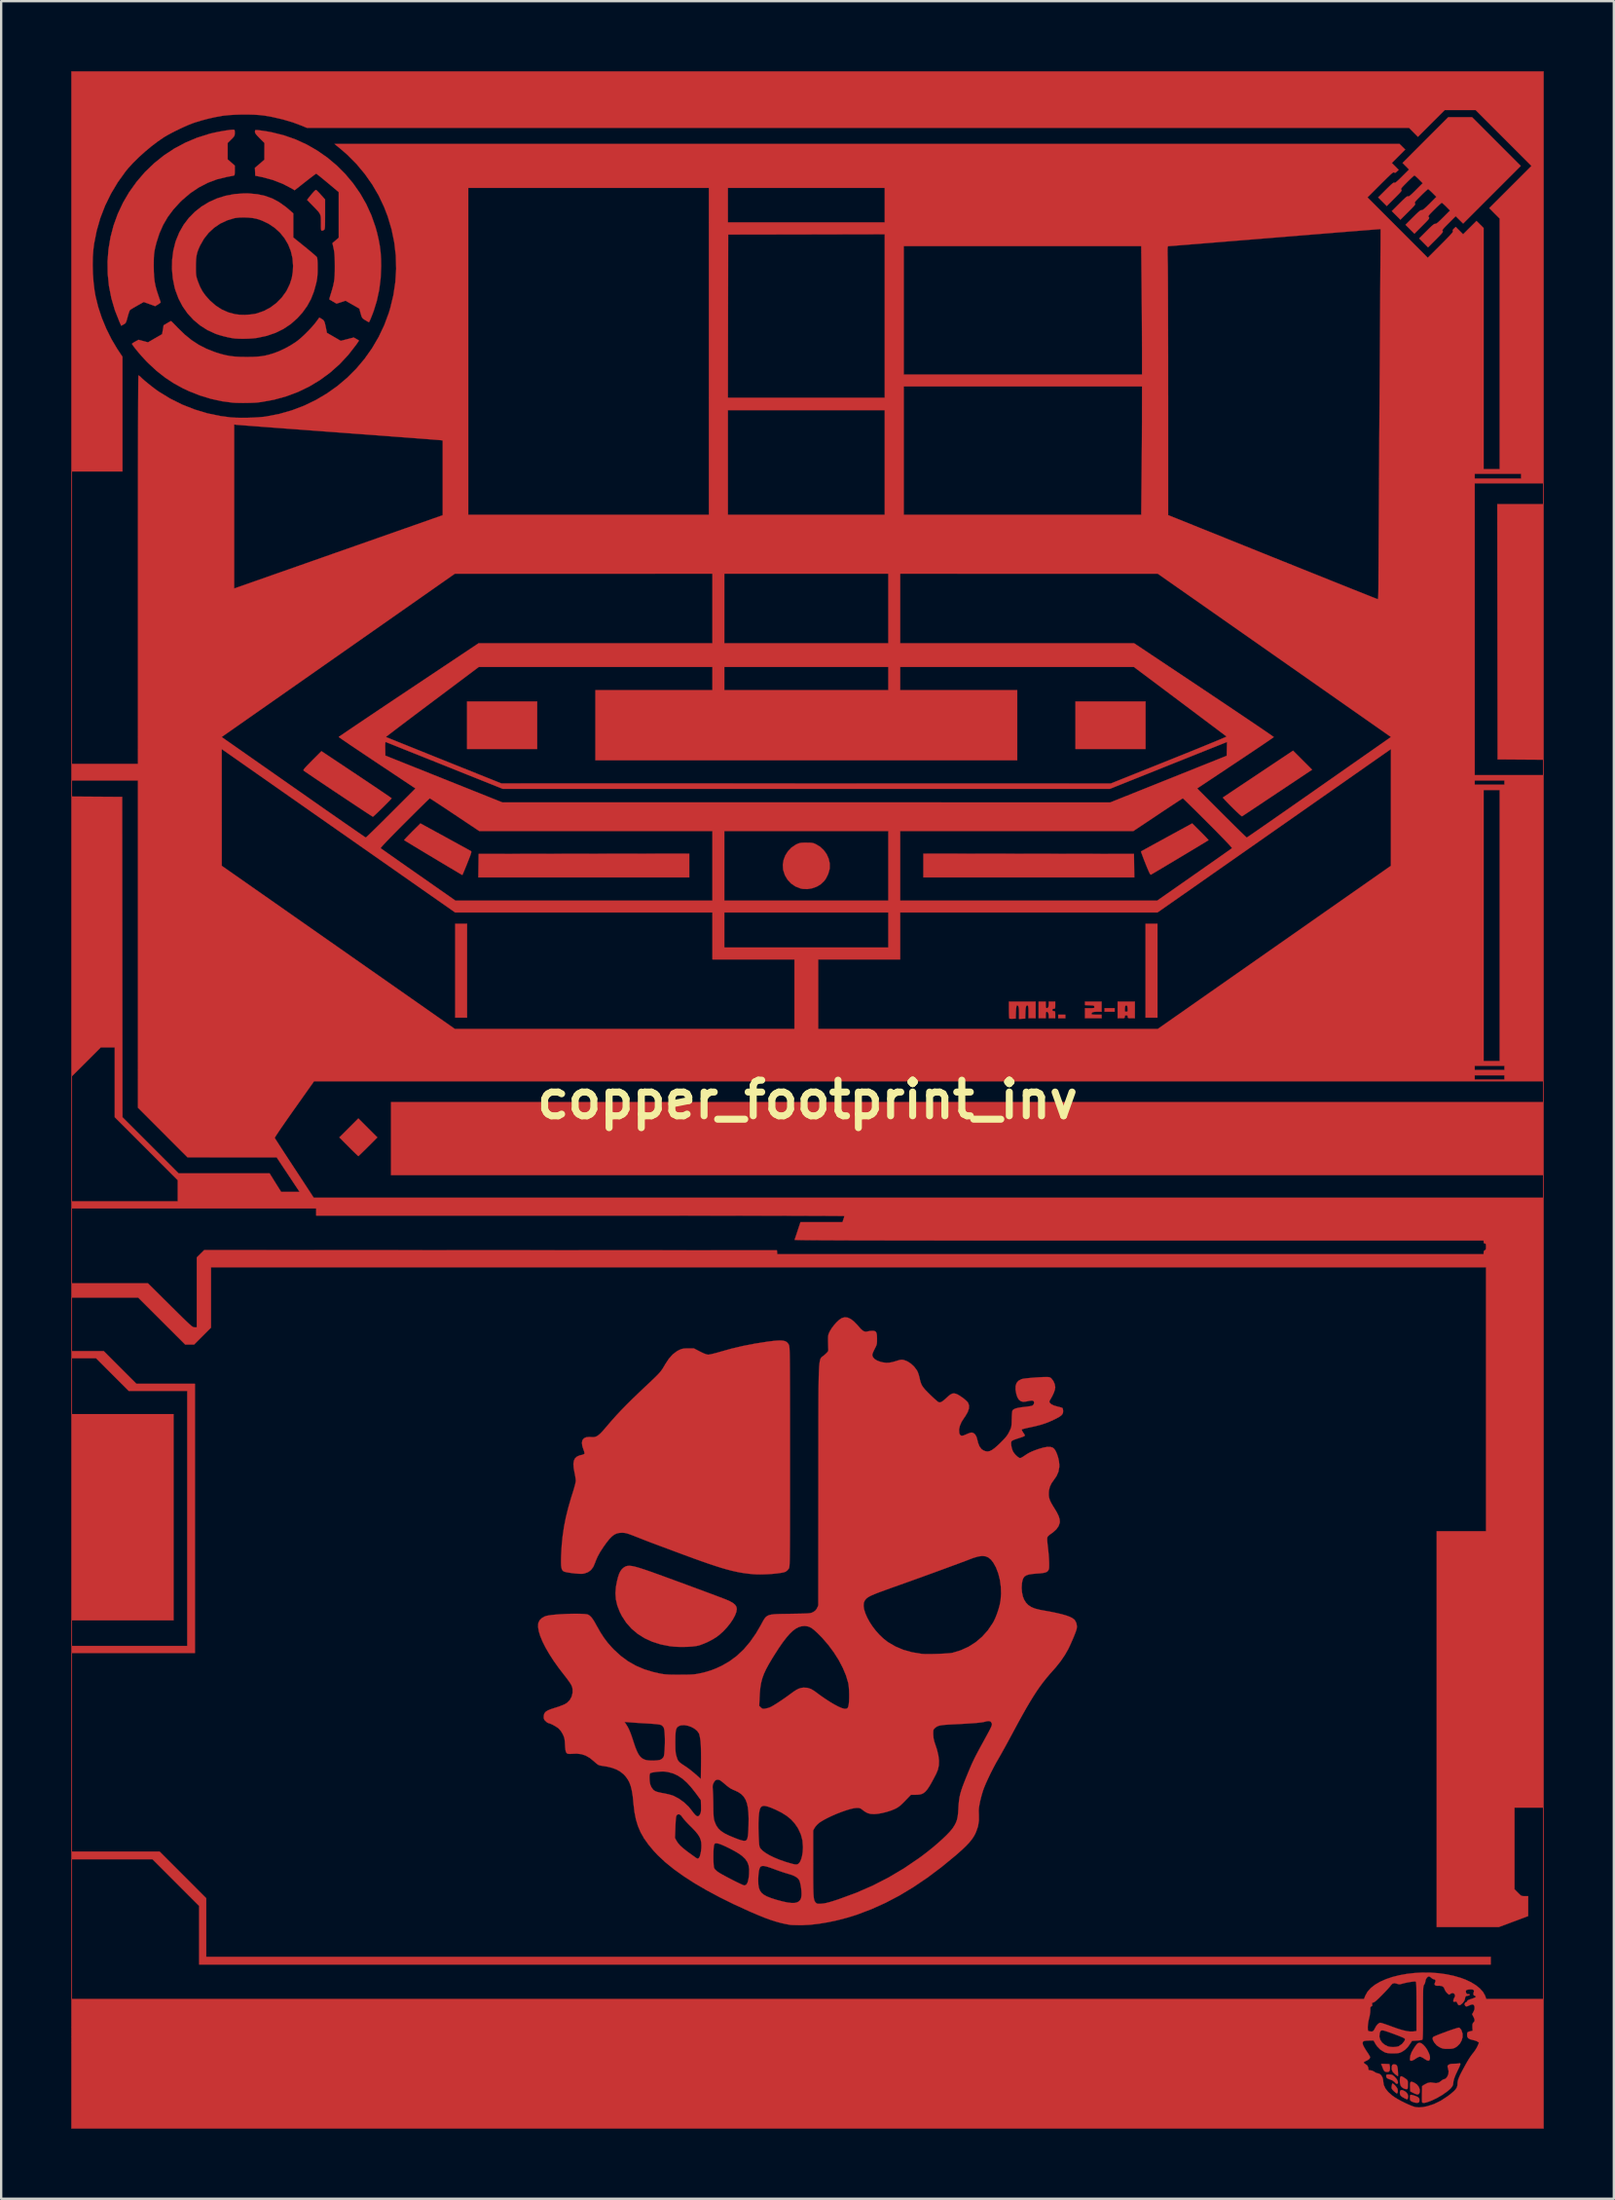
<source format=kicad_pcb>
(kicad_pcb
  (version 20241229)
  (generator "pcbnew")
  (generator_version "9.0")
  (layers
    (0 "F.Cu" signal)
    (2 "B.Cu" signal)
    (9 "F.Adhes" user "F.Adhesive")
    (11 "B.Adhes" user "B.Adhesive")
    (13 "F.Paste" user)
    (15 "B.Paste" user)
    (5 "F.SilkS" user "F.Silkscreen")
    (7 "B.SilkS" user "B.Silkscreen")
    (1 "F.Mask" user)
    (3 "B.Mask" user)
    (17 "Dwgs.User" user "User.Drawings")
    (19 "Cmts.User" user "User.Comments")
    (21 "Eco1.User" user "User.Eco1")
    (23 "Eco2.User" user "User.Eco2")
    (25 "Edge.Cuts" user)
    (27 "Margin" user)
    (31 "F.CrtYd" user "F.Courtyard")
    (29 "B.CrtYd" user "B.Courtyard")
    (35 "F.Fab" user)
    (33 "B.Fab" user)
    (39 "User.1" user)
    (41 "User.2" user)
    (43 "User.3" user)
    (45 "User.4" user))
  (footprint "copper_footprint_inv"
    (layer "F.Cu")
    (at 31.507 43.991)
    (property "Reference" "copper_footprint_inv" (at 0 0 0) (layer "F.SilkS") (effects (font (size 1.524 1.524) (thickness 0.3))))
    (attr through_hole)
    (fp_poly (pts (xy -14.569 -3.509) (xy -15.077 -3.509) (xy -15.077 -7.526) (xy -14.569 -7.526) (xy -14.569 -3.509)) (stroke (width 0.01) (type solid)) (fill yes) (layer "F.Cu"))
    (fp_poly (pts (xy -11.569 -15.001) (xy -14.569 -15.001) (xy -14.569 -17.035) (xy -11.569 -17.035) (xy -11.569 -15.001)) (stroke (width 0.01) (type solid)) (fill yes) (layer "F.Cu"))
    (fp_poly (pts (xy 11.035 -3.483) (xy 10.73 -3.483) (xy 10.73 -3.636) (xy 11.035 -3.636) (xy 11.035 -3.483)) (stroke (width 0.01) (type solid)) (fill yes) (layer "F.Cu"))
    (fp_poly (pts (xy 13.145 -3.763) (xy 12.713 -3.763) (xy 12.713 -3.916) (xy 13.145 -3.916) (xy 13.145 -3.763)) (stroke (width 0.01) (type solid)) (fill yes) (layer "F.Cu"))
    (fp_poly (pts (xy 14.467 -15.001) (xy 11.467 -15.001) (xy 11.467 -17.035) (xy 14.467 -17.035) (xy 14.467 -15.001)) (stroke (width 0.01) (type solid)) (fill yes) (layer "F.Cu"))
    (fp_poly (pts (xy 14.976 -3.509) (xy 14.467 -3.509) (xy 14.467 -7.526) (xy 14.976 -7.526) (xy 14.976 -3.509)) (stroke (width 0.01) (type solid)) (fill yes) (layer "F.Cu"))
    (fp_poly (pts (xy -5.06 -9.509) (xy -14.087 -9.509) (xy -14.073 -10.513) (xy -9.566 -10.52) (xy -5.06 -10.526) (xy -5.06 -9.509)) (stroke (width 0.01) (type solid)) (fill yes) (layer "F.Cu"))
    (fp_poly (pts (xy 9.465 -10.52) (xy 13.971 -10.513) (xy 13.985 -9.509) (xy 4.958 -9.509) (xy 4.958 -10.526) (xy 9.465 -10.52)) (stroke (width 0.01) (type solid)) (fill yes) (layer "F.Cu"))
    (fp_poly (pts (xy 25.464 42.37) (xy 25.501 42.384) (xy 25.613 42.45) (xy 25.682 42.535) (xy 25.707 42.634) (xy 25.69 42.725) (xy 25.676 42.753) (xy 25.654 42.761) (xy 25.612 42.747) (xy 25.54 42.711) (xy 25.443 42.655) (xy 25.385 42.606) (xy 25.357 42.552) (xy 25.349 42.481) (xy 25.349 42.481) (xy 25.361 42.402) (xy 25.397 42.366) (xy 25.464 42.37)) (stroke (width 0.01) (type solid)) (fill yes) (layer "F.Cu"))
    (fp_poly (pts (xy -18.815 1.208) (xy -18.408 1.614) (xy -18.808 2.015) (xy -18.924 2.131) (xy -19.029 2.233) (xy -19.116 2.318) (xy -19.18 2.379) (xy -19.216 2.411) (xy -19.222 2.415) (xy -19.243 2.398) (xy -19.294 2.35) (xy -19.371 2.276) (xy -19.468 2.181) (xy -19.579 2.071) (xy -19.635 2.015) (xy -20.035 1.614) (xy -19.628 1.208) (xy -19.222 0.801) (xy -18.815 1.208)) (stroke (width 0.01) (type solid)) (fill yes) (layer "F.Cu"))
    (fp_poly (pts (xy 25.885 42.016) (xy 25.97 42.053) (xy 25.979 42.058) (xy 26.085 42.133) (xy 26.161 42.233) (xy 26.201 42.345) (xy 26.199 42.456) (xy 26.198 42.457) (xy 26.173 42.522) (xy 26.131 42.552) (xy 26.067 42.549) (xy 25.973 42.513) (xy 25.934 42.493) (xy 25.794 42.422) (xy 25.787 42.225) (xy 25.786 42.109) (xy 25.799 42.039) (xy 25.83 42.01) (xy 25.885 42.016)) (stroke (width 0.01) (type solid)) (fill yes) (layer "F.Cu"))
    (fp_poly (pts (xy 24.715 41.245) (xy 24.902 41.253) (xy 24.919 41.335) (xy 24.926 41.423) (xy 24.919 41.501) (xy 24.901 41.558) (xy 24.865 41.583) (xy 24.813 41.591) (xy 24.728 41.583) (xy 24.684 41.553) (xy 24.65 41.499) (xy 24.618 41.423) (xy 24.612 41.405) (xy 24.585 41.333) (xy 24.559 41.279) (xy 24.554 41.271) (xy 24.549 41.254) (xy 24.575 41.245) (xy 24.637 41.243) (xy 24.715 41.245)) (stroke (width 0.01) (type solid)) (fill yes) (layer "F.Cu"))
    (fp_poly (pts (xy 25.161 41.273) (xy 25.209 41.3) (xy 25.239 41.355) (xy 25.257 41.447) (xy 25.266 41.553) (xy 25.271 41.652) (xy 25.272 41.728) (xy 25.27 41.769) (xy 25.268 41.774) (xy 25.243 41.76) (xy 25.191 41.722) (xy 25.14 41.684) (xy 25.046 41.588) (xy 25.001 41.483) (xy 25.002 41.361) (xy 25.006 41.34) (xy 25.028 41.285) (xy 25.071 41.266) (xy 25.092 41.265) (xy 25.161 41.273)) (stroke (width 0.01) (type solid)) (fill yes) (layer "F.Cu"))
    (fp_poly (pts (xy 25.056 42.091) (xy 25.102 42.126) (xy 25.155 42.179) (xy 25.206 42.24) (xy 25.239 42.291) (xy 25.258 42.352) (xy 25.261 42.421) (xy 25.251 42.48) (xy 25.228 42.51) (xy 25.221 42.511) (xy 25.192 42.495) (xy 25.14 42.453) (xy 25.093 42.41) (xy 25.032 42.35) (xy 25.003 42.304) (xy 24.995 42.256) (xy 25 42.205) (xy 25.012 42.136) (xy 25.026 42.091) (xy 25.029 42.085) (xy 25.056 42.091)) (stroke (width 0.01) (type solid)) (fill yes) (layer "F.Cu"))
    (fp_poly (pts (xy 25.882 42.576) (xy 25.977 42.606) (xy 26.005 42.615) (xy 26.106 42.657) (xy 26.164 42.702) (xy 26.187 42.763) (xy 26.184 42.846) (xy 26.167 42.888) (xy 26.124 42.907) (xy 26.086 42.912) (xy 26.007 42.905) (xy 25.916 42.88) (xy 25.889 42.869) (xy 25.826 42.837) (xy 25.794 42.805) (xy 25.783 42.756) (xy 25.781 42.691) (xy 25.783 42.621) (xy 25.795 42.58) (xy 25.825 42.567) (xy 25.882 42.576)) (stroke (width 0.01) (type solid)) (fill yes) (layer "F.Cu"))
    (fp_poly (pts (xy 24.976 41.703) (xy 25.039 41.726) (xy 25.105 41.776) (xy 25.117 41.787) (xy 25.197 41.873) (xy 25.249 41.959) (xy 25.269 42.035) (xy 25.264 42.066) (xy 25.233 42.1) (xy 25.186 42.088) (xy 25.127 42.03) (xy 25.125 42.027) (xy 25.043 41.959) (xy 24.936 41.914) (xy 24.843 41.881) (xy 24.791 41.845) (xy 24.768 41.796) (xy 24.765 41.755) (xy 24.77 41.721) (xy 24.794 41.704) (xy 24.849 41.698) (xy 24.891 41.698) (xy 24.976 41.703)) (stroke (width 0.01) (type solid)) (fill yes) (layer "F.Cu"))
    (fp_poly (pts (xy 25.46 41.791) (xy 25.498 41.814) (xy 25.589 41.873) (xy 25.646 41.916) (xy 25.677 41.957) (xy 25.69 42.007) (xy 25.692 42.08) (xy 25.692 42.133) (xy 25.691 42.23) (xy 25.685 42.288) (xy 25.671 42.316) (xy 25.647 42.327) (xy 25.642 42.327) (xy 25.586 42.321) (xy 25.515 42.296) (xy 25.502 42.289) (xy 25.425 42.236) (xy 25.377 42.162) (xy 25.354 42.059) (xy 25.35 41.963) (xy 25.354 41.856) (xy 25.371 41.794) (xy 25.405 41.774) (xy 25.46 41.791)) (stroke (width 0.01) (type solid)) (fill yes) (layer "F.Cu"))
    (fp_poly (pts (xy 12.586 -3.763) (xy 12.4 -3.763) (xy 12.279 -3.757) (xy 12.202 -3.74) (xy 12.162 -3.707) (xy 12.153 -3.669) (xy 12.168 -3.652) (xy 12.216 -3.641) (xy 12.305 -3.636) (xy 12.369 -3.636) (xy 12.586 -3.636) (xy 12.586 -3.483) (xy 11.874 -3.483) (xy 11.874 -3.916) (xy 12.079 -3.916) (xy 12.18 -3.916) (xy 12.24 -3.92) (xy 12.27 -3.931) (xy 12.278 -3.95) (xy 12.276 -3.973) (xy 12.268 -4.002) (xy 12.246 -4.02) (xy 12.201 -4.03) (xy 12.12 -4.035) (xy 12.071 -4.037) (xy 11.874 -4.045) (xy 11.874 -4.195) (xy 12.586 -4.195) (xy 12.586 -3.763)) (stroke (width 0.01) (type solid)) (fill yes) (layer "F.Cu"))
    (fp_poly (pts (xy 26.271 40.366) (xy 26.351 40.426) (xy 26.433 40.515) (xy 26.51 40.626) (xy 26.539 40.678) (xy 26.601 40.808) (xy 26.633 40.911) (xy 26.639 40.998) (xy 26.632 41.04) (xy 26.61 41.093) (xy 26.57 41.11) (xy 26.507 41.092) (xy 26.415 41.038) (xy 26.395 41.024) (xy 26.317 40.976) (xy 26.246 40.944) (xy 26.208 40.935) (xy 26.156 40.949) (xy 26.083 40.986) (xy 26.025 41.024) (xy 25.947 41.072) (xy 25.877 41.105) (xy 25.84 41.113) (xy 25.799 41.105) (xy 25.783 41.07) (xy 25.782 41.03) (xy 25.798 40.894) (xy 25.85 40.75) (xy 25.941 40.59) (xy 25.95 40.577) (xy 26.021 40.472) (xy 26.074 40.404) (xy 26.119 40.365) (xy 26.162 40.347) (xy 26.203 40.344) (xy 26.271 40.366)) (stroke (width 0.01) (type solid)) (fill yes) (layer "F.Cu"))
    (fp_poly (pts (xy 21.187 -14.523) (xy 21.594 -14.116) (xy 20.109 -13.127) (xy 19.862 -12.962) (xy 19.626 -12.806) (xy 19.407 -12.659) (xy 19.206 -12.526) (xy 19.028 -12.407) (xy 18.876 -12.306) (xy 18.754 -12.225) (xy 18.664 -12.166) (xy 18.611 -12.13) (xy 18.597 -12.121) (xy 18.572 -12.134) (xy 18.517 -12.178) (xy 18.437 -12.249) (xy 18.338 -12.341) (xy 18.226 -12.45) (xy 18.166 -12.51) (xy 18.05 -12.627) (xy 17.949 -12.731) (xy 17.866 -12.818) (xy 17.807 -12.882) (xy 17.776 -12.918) (xy 17.774 -12.925) (xy 17.796 -12.94) (xy 17.858 -12.981) (xy 17.955 -13.046) (xy 18.084 -13.133) (xy 18.241 -13.238) (xy 18.425 -13.36) (xy 18.63 -13.497) (xy 18.853 -13.646) (xy 19.092 -13.805) (xy 19.283 -13.932) (xy 20.78 -14.93) (xy 21.187 -14.523)) (stroke (width 0.01) (type solid)) (fill yes) (layer "F.Cu"))
    (fp_poly (pts (xy 27.879 39.695) (xy 27.925 39.723) (xy 27.975 39.79) (xy 27.989 39.816) (xy 28.033 39.954) (xy 28.033 40.1) (xy 27.993 40.245) (xy 27.917 40.379) (xy 27.807 40.492) (xy 27.708 40.556) (xy 27.636 40.584) (xy 27.546 40.599) (xy 27.421 40.604) (xy 27.401 40.604) (xy 27.285 40.602) (xy 27.199 40.591) (xy 27.126 40.569) (xy 27.051 40.534) (xy 26.928 40.454) (xy 26.833 40.345) (xy 26.83 40.341) (xy 26.774 40.247) (xy 26.751 40.178) (xy 26.758 40.123) (xy 26.77 40.101) (xy 26.8 40.081) (xy 26.87 40.049) (xy 26.971 40.007) (xy 27.094 39.959) (xy 27.232 39.907) (xy 27.376 39.854) (xy 27.516 39.804) (xy 27.645 39.761) (xy 27.754 39.726) (xy 27.834 39.703) (xy 27.877 39.695) (xy 27.879 39.695)) (stroke (width 0.01) (type solid)) (fill yes) (layer "F.Cu"))
    (fp_poly (pts (xy 9.763 -3.483) (xy 9.458 -3.483) (xy 9.458 -3.749) (xy 9.456 -3.885) (xy 9.447 -3.976) (xy 9.43 -4.025) (xy 9.405 -4.037) (xy 9.369 -4.017) (xy 9.35 -3.983) (xy 9.337 -3.913) (xy 9.328 -3.802) (xy 9.326 -3.729) (xy 9.318 -3.471) (xy 9.185 -3.463) (xy 9.051 -3.455) (xy 9.051 -3.706) (xy 9.048 -3.844) (xy 9.039 -3.939) (xy 9.021 -3.996) (xy 9.015 -4.006) (xy 8.982 -4.038) (xy 8.956 -4.029) (xy 8.938 -3.977) (xy 8.926 -3.879) (xy 8.919 -3.737) (xy 8.912 -3.471) (xy 8.784 -3.463) (xy 8.706 -3.462) (xy 8.652 -3.468) (xy 8.637 -3.474) (xy 8.631 -3.504) (xy 8.625 -3.576) (xy 8.621 -3.679) (xy 8.619 -3.804) (xy 8.619 -3.843) (xy 8.619 -4.195) (xy 9.763 -4.195) (xy 9.763 -3.483)) (stroke (width 0.01) (type solid)) (fill yes) (layer "F.Cu"))
    (fp_poly (pts (xy -21.007 -38.899) (xy -20.954 -38.848) (xy -20.884 -38.776) (xy -20.826 -38.711) (xy -20.645 -38.509) (xy -20.645 -37.875) (xy -20.646 -37.678) (xy -20.647 -37.525) (xy -20.649 -37.411) (xy -20.653 -37.329) (xy -20.659 -37.274) (xy -20.668 -37.239) (xy -20.679 -37.218) (xy -20.69 -37.207) (xy -20.746 -37.179) (xy -20.779 -37.173) (xy -20.797 -37.177) (xy -20.81 -37.195) (xy -20.817 -37.235) (xy -20.822 -37.306) (xy -20.823 -37.414) (xy -20.823 -37.506) (xy -20.824 -37.632) (xy -20.827 -37.73) (xy -20.838 -37.808) (xy -20.86 -37.876) (xy -20.899 -37.943) (xy -20.959 -38.018) (xy -21.044 -38.11) (xy -21.158 -38.228) (xy -21.187 -38.257) (xy -21.415 -38.491) (xy -21.367 -38.554) (xy -21.273 -38.673) (xy -21.187 -38.775) (xy -21.115 -38.855) (xy -21.062 -38.904) (xy -21.035 -38.919) (xy -21.007 -38.899)) (stroke (width 0.01) (type solid)) (fill yes) (layer "F.Cu"))
    (fp_poly (pts (xy 0.076 -10.995) (xy 0.168 -10.989) (xy 0.24 -10.976) (xy 0.307 -10.953) (xy 0.361 -10.928) (xy 0.544 -10.817) (xy 0.698 -10.671) (xy 0.821 -10.499) (xy 0.906 -10.308) (xy 0.951 -10.107) (xy 0.95 -9.902) (xy 0.942 -9.85) (xy 0.886 -9.655) (xy 0.795 -9.469) (xy 0.713 -9.353) (xy 0.569 -9.217) (xy 0.394 -9.112) (xy 0.198 -9.042) (xy -0.006 -9.008) (xy -0.208 -9.016) (xy -0.305 -9.037) (xy -0.516 -9.121) (xy -0.699 -9.245) (xy -0.85 -9.405) (xy -0.964 -9.595) (xy -1.036 -9.81) (xy -1.044 -9.85) (xy -1.057 -10.054) (xy -1.023 -10.257) (xy -0.948 -10.451) (xy -0.835 -10.629) (xy -0.689 -10.782) (xy -0.513 -10.903) (xy -0.463 -10.928) (xy -0.39 -10.96) (xy -0.323 -10.98) (xy -0.247 -10.991) (xy -0.148 -10.996) (xy -0.051 -10.996) (xy 0.076 -10.995)) (stroke (width 0.01) (type solid)) (fill yes) (layer "F.Cu"))
    (fp_poly (pts (xy 10.196 -4.055) (xy 10.198 -3.974) (xy 10.208 -3.932) (xy 10.229 -3.917) (xy 10.244 -3.916) (xy 10.288 -3.931) (xy 10.313 -3.98) (xy 10.322 -4.071) (xy 10.323 -4.096) (xy 10.323 -4.195) (xy 10.602 -4.195) (xy 10.602 -4.043) (xy 10.601 -3.958) (xy 10.594 -3.912) (xy 10.575 -3.894) (xy 10.541 -3.89) (xy 10.539 -3.89) (xy 10.489 -3.878) (xy 10.475 -3.839) (xy 10.49 -3.799) (xy 10.539 -3.788) (xy 10.574 -3.785) (xy 10.593 -3.768) (xy 10.601 -3.723) (xy 10.602 -3.641) (xy 10.602 -3.636) (xy 10.602 -3.483) (xy 10.323 -3.483) (xy 10.323 -3.593) (xy 10.31 -3.691) (xy 10.274 -3.749) (xy 10.229 -3.763) (xy 10.208 -3.743) (xy 10.197 -3.681) (xy 10.196 -3.623) (xy 10.196 -3.483) (xy 9.89 -3.483) (xy 9.89 -4.195) (xy 10.196 -4.195) (xy 10.196 -4.055)) (stroke (width 0.01) (type solid)) (fill yes) (layer "F.Cu"))
    (fp_poly (pts (xy 14.009 -3.483) (xy 13.857 -3.483) (xy 13.772 -3.485) (xy 13.727 -3.492) (xy 13.708 -3.51) (xy 13.704 -3.545) (xy 13.704 -3.547) (xy 13.694 -3.595) (xy 13.652 -3.61) (xy 13.641 -3.61) (xy 13.592 -3.6) (xy 13.577 -3.559) (xy 13.577 -3.547) (xy 13.574 -3.512) (xy 13.556 -3.493) (xy 13.512 -3.485) (xy 13.43 -3.483) (xy 13.425 -3.483) (xy 13.272 -3.483) (xy 13.272 -3.819) (xy 13.579 -3.819) (xy 13.586 -3.779) (xy 13.607 -3.765) (xy 13.641 -3.763) (xy 13.679 -3.766) (xy 13.698 -3.784) (xy 13.702 -3.829) (xy 13.699 -3.896) (xy 13.692 -3.975) (xy 13.678 -4.016) (xy 13.653 -4.029) (xy 13.641 -4.03) (xy 13.61 -4.023) (xy 13.593 -3.993) (xy 13.584 -3.928) (xy 13.582 -3.896) (xy 13.579 -3.819) (xy 13.272 -3.819) (xy 13.272 -4.195) (xy 14.009 -4.195) (xy 14.009 -3.483)) (stroke (width 0.01) (type solid)) (fill yes) (layer "F.Cu"))
    (fp_poly (pts (xy -15.51 -11.242) (xy -15.295 -11.124) (xy -15.094 -11.014) (xy -14.91 -10.913) (xy -14.747 -10.824) (xy -14.611 -10.75) (xy -14.506 -10.692) (xy -14.437 -10.654) (xy -14.408 -10.638) (xy -14.394 -10.626) (xy -14.388 -10.607) (xy -14.391 -10.573) (xy -14.406 -10.519) (xy -14.433 -10.439) (xy -14.476 -10.327) (xy -14.536 -10.175) (xy -14.561 -10.111) (xy -14.62 -9.963) (xy -14.674 -9.832) (xy -14.718 -9.726) (xy -14.751 -9.651) (xy -14.77 -9.614) (xy -14.772 -9.611) (xy -14.796 -9.624) (xy -14.859 -9.66) (xy -14.958 -9.718) (xy -15.088 -9.796) (xy -15.247 -9.89) (xy -15.429 -9.998) (xy -15.632 -10.119) (xy -15.85 -10.25) (xy -16.018 -10.351) (xy -16.246 -10.487) (xy -16.46 -10.616) (xy -16.658 -10.735) (xy -16.834 -10.841) (xy -16.985 -10.933) (xy -17.108 -11.007) (xy -17.197 -11.061) (xy -17.25 -11.093) (xy -17.263 -11.102) (xy -17.249 -11.122) (xy -17.205 -11.173) (xy -17.134 -11.247) (xy -17.043 -11.341) (xy -16.937 -11.448) (xy -16.92 -11.466) (xy -16.565 -11.818) (xy -15.51 -11.242)) (stroke (width 0.01) (type solid)) (fill yes) (layer "F.Cu"))
    (fp_poly (pts (xy 16.818 -11.466) (xy 16.926 -11.357) (xy 17.02 -11.261) (xy 17.093 -11.183) (xy 17.142 -11.128) (xy 17.161 -11.103) (xy 17.161 -11.102) (xy 17.137 -11.086) (xy 17.073 -11.047) (xy 16.976 -10.987) (xy 16.849 -10.911) (xy 16.698 -10.819) (xy 16.527 -10.717) (xy 16.341 -10.605) (xy 16.145 -10.488) (xy 15.944 -10.367) (xy 15.743 -10.247) (xy 15.546 -10.129) (xy 15.358 -10.017) (xy 15.184 -9.913) (xy 15.029 -9.821) (xy 14.898 -9.743) (xy 14.795 -9.683) (xy 14.725 -9.642) (xy 14.693 -9.624) (xy 14.692 -9.624) (xy 14.673 -9.635) (xy 14.644 -9.681) (xy 14.603 -9.766) (xy 14.548 -9.892) (xy 14.479 -10.061) (xy 14.46 -10.11) (xy 14.401 -10.258) (xy 14.351 -10.39) (xy 14.311 -10.498) (xy 14.283 -10.576) (xy 14.272 -10.615) (xy 14.272 -10.619) (xy 14.295 -10.633) (xy 14.359 -10.669) (xy 14.459 -10.724) (xy 14.591 -10.796) (xy 14.75 -10.884) (xy 14.932 -10.983) (xy 15.133 -11.093) (xy 15.348 -11.21) (xy 15.372 -11.224) (xy 16.463 -11.819) (xy 16.818 -11.466)) (stroke (width 0.01) (type solid)) (fill yes) (layer "F.Cu"))
    (fp_poly (pts (xy -19.299 -13.909) (xy -19.051 -13.743) (xy -18.816 -13.586) (xy -18.597 -13.439) (xy -18.397 -13.305) (xy -18.221 -13.185) (xy -18.07 -13.083) (xy -17.95 -13.001) (xy -17.862 -12.94) (xy -17.811 -12.903) (xy -17.798 -12.893) (xy -17.815 -12.869) (xy -17.863 -12.817) (xy -17.935 -12.742) (xy -18.024 -12.652) (xy -18.124 -12.552) (xy -18.229 -12.448) (xy -18.332 -12.348) (xy -18.426 -12.257) (xy -18.506 -12.182) (xy -18.565 -12.13) (xy -18.596 -12.105) (xy -18.599 -12.104) (xy -18.624 -12.118) (xy -18.687 -12.158) (xy -18.786 -12.222) (xy -18.917 -12.307) (xy -19.076 -12.412) (xy -19.26 -12.533) (xy -19.465 -12.669) (xy -19.688 -12.817) (xy -19.925 -12.975) (xy -20.079 -13.077) (xy -20.324 -13.24) (xy -20.556 -13.396) (xy -20.774 -13.542) (xy -20.972 -13.675) (xy -21.148 -13.794) (xy -21.297 -13.895) (xy -21.417 -13.977) (xy -21.504 -14.036) (xy -21.554 -14.071) (xy -21.565 -14.08) (xy -21.57 -14.097) (xy -21.557 -14.126) (xy -21.523 -14.173) (xy -21.464 -14.239) (xy -21.376 -14.331) (xy -21.257 -14.452) (xy -21.199 -14.511) (xy -20.801 -14.909) (xy -19.299 -13.909)) (stroke (width 0.01) (type solid)) (fill yes) (layer "F.Cu"))
    (fp_poly (pts (xy 27.939 41.238) (xy 27.933 41.282) (xy 27.903 41.359) (xy 27.85 41.472) (xy 27.83 41.512) (xy 27.736 41.712) (xy 27.673 41.875) (xy 27.642 42.002) (xy 27.637 42.056) (xy 27.626 42.139) (xy 27.588 42.217) (xy 27.517 42.301) (xy 27.407 42.399) (xy 27.399 42.406) (xy 27.18 42.563) (xy 26.933 42.708) (xy 26.681 42.826) (xy 26.64 42.842) (xy 26.496 42.892) (xy 26.392 42.915) (xy 26.327 42.91) (xy 26.301 42.885) (xy 26.297 42.848) (xy 26.294 42.771) (xy 26.294 42.665) (xy 26.295 42.54) (xy 26.295 42.524) (xy 26.303 42.195) (xy 26.381 42.143) (xy 26.526 42.066) (xy 26.662 42.038) (xy 26.773 42.054) (xy 26.899 42.07) (xy 27.021 42.041) (xy 27.124 41.97) (xy 27.129 41.965) (xy 27.187 41.921) (xy 27.245 41.901) (xy 27.247 41.901) (xy 27.305 41.879) (xy 27.366 41.811) (xy 27.373 41.801) (xy 27.427 41.683) (xy 27.436 41.555) (xy 27.408 41.428) (xy 27.39 41.364) (xy 27.395 41.325) (xy 27.427 41.291) (xy 27.433 41.286) (xy 27.487 41.258) (xy 27.566 41.243) (xy 27.659 41.24) (xy 27.756 41.237) (xy 27.839 41.231) (xy 27.885 41.224) (xy 27.923 41.22) (xy 27.939 41.238)) (stroke (width 0.01) (type solid)) (fill yes) (layer "F.Cu"))
    (fp_poly (pts (xy -7.503 19.951) (xy -7.371 19.98) (xy -7.209 20.025) (xy -7.012 20.088) (xy -6.775 20.169) (xy -6.689 20.199) (xy -6.561 20.245) (xy -6.394 20.305) (xy -6.195 20.377) (xy -5.969 20.46) (xy -5.724 20.55) (xy -5.464 20.645) (xy -5.197 20.743) (xy -4.928 20.843) (xy -4.663 20.941) (xy -4.41 21.035) (xy -4.172 21.123) (xy -3.958 21.203) (xy -3.773 21.273) (xy -3.623 21.329) (xy -3.514 21.371) (xy -3.509 21.373) (xy -3.325 21.453) (xy -3.188 21.531) (xy -3.095 21.61) (xy -3.043 21.695) (xy -3.026 21.787) (xy -3.047 21.916) (xy -3.105 22.066) (xy -3.194 22.231) (xy -3.31 22.402) (xy -3.447 22.573) (xy -3.599 22.736) (xy -3.763 22.884) (xy -3.879 22.974) (xy -4.038 23.075) (xy -4.228 23.176) (xy -4.427 23.266) (xy -4.615 23.336) (xy -4.64 23.344) (xy -4.763 23.371) (xy -4.925 23.391) (xy -5.113 23.404) (xy -5.316 23.409) (xy -5.521 23.407) (xy -5.717 23.397) (xy -5.884 23.379) (xy -6.278 23.302) (xy -6.642 23.187) (xy -6.973 23.035) (xy -7.27 22.848) (xy -7.533 22.626) (xy -7.759 22.37) (xy -7.947 22.081) (xy -8.037 21.903) (xy -8.14 21.635) (xy -8.2 21.375) (xy -8.219 21.11) (xy -8.197 20.832) (xy -8.154 20.604) (xy -8.11 20.427) (xy -8.065 20.291) (xy -8.016 20.186) (xy -7.959 20.103) (xy -7.897 20.04) (xy -7.836 19.994) (xy -7.772 19.961) (xy -7.698 19.943) (xy -7.61 19.939) (xy -7.503 19.951)) (stroke (width 0.01) (type solid)) (fill yes) (layer "F.Cu"))
    (fp_poly (pts (xy -24.536 -41.49) (xy -24.518 -41.47) (xy -24.511 -41.421) (xy -24.51 -41.36) (xy -24.512 -41.293) (xy -24.522 -41.243) (xy -24.548 -41.197) (xy -24.597 -41.141) (xy -24.663 -41.075) (xy -24.815 -40.924) (xy -24.815 -40.226) (xy -24.663 -40.092) (xy -24.51 -39.957) (xy -24.51 -39.747) (xy -24.511 -39.644) (xy -24.516 -39.581) (xy -24.527 -39.547) (xy -24.547 -39.531) (xy -24.567 -39.526) (xy -24.617 -39.516) (xy -24.703 -39.5) (xy -24.807 -39.481) (xy -24.853 -39.472) (xy -25.271 -39.37) (xy -25.671 -39.219) (xy -26.051 -39.022) (xy -26.414 -38.777) (xy -26.757 -38.485) (xy -26.851 -38.394) (xy -27.136 -38.082) (xy -27.377 -37.759) (xy -27.576 -37.418) (xy -27.737 -37.053) (xy -27.865 -36.655) (xy -27.922 -36.422) (xy -27.942 -36.32) (xy -27.957 -36.222) (xy -27.968 -36.118) (xy -27.974 -35.996) (xy -27.977 -35.845) (xy -27.978 -35.672) (xy -27.974 -35.415) (xy -27.962 -35.196) (xy -27.939 -34.998) (xy -27.903 -34.81) (xy -27.851 -34.618) (xy -27.782 -34.406) (xy -27.778 -34.394) (xy -27.741 -34.286) (xy -27.709 -34.195) (xy -27.688 -34.133) (xy -27.681 -34.111) (xy -27.698 -34.087) (xy -27.747 -34.048) (xy -27.796 -34.017) (xy -27.916 -33.945) (xy -28.161 -34.034) (xy -28.406 -34.122) (xy -28.684 -33.966) (xy -28.793 -33.904) (xy -28.888 -33.848) (xy -28.958 -33.804) (xy -28.993 -33.778) (xy -28.994 -33.778) (xy -29.014 -33.741) (xy -29.041 -33.666) (xy -29.073 -33.566) (xy -29.096 -33.481) (xy -29.128 -33.364) (xy -29.153 -33.285) (xy -29.177 -33.235) (xy -29.206 -33.202) (xy -29.244 -33.175) (xy -29.268 -33.162) (xy -29.37 -33.106) (xy -29.443 -33.27) (xy -29.641 -33.772) (xy -29.791 -34.284) (xy -29.893 -34.804) (xy -29.947 -35.328) (xy -29.954 -35.854) (xy -29.914 -36.376) (xy -29.828 -36.893) (xy -29.695 -37.401) (xy -29.515 -37.896) (xy -29.29 -38.375) (xy -29.031 -38.817) (xy -28.71 -39.265) (xy -28.355 -39.678) (xy -27.966 -40.053) (xy -27.548 -40.389) (xy -27.101 -40.684) (xy -26.628 -40.937) (xy -26.131 -41.147) (xy -25.612 -41.311) (xy -25.537 -41.331) (xy -25.385 -41.366) (xy -25.218 -41.401) (xy -25.046 -41.433) (xy -24.881 -41.46) (xy -24.735 -41.481) (xy -24.621 -41.492) (xy -24.573 -41.494) (xy -24.536 -41.49)) (stroke (width 0.01) (type solid)) (fill yes) (layer "F.Cu"))
    (fp_poly (pts (xy -20.787 -33.396) (xy -20.742 -33.367) (xy -20.708 -33.335) (xy -20.681 -33.291) (xy -20.657 -33.227) (xy -20.634 -33.133) (xy -20.606 -33.002) (xy -20.595 -32.948) (xy -20.567 -32.804) (xy -20.271 -32.633) (xy -19.975 -32.461) (xy -19.419 -32.604) (xy -19.308 -32.543) (xy -19.244 -32.506) (xy -19.203 -32.48) (xy -19.196 -32.472) (xy -19.21 -32.448) (xy -19.246 -32.393) (xy -19.298 -32.318) (xy -19.315 -32.294) (xy -19.653 -31.859) (xy -20.024 -31.463) (xy -20.426 -31.105) (xy -20.858 -30.787) (xy -21.316 -30.511) (xy -21.799 -30.277) (xy -22.306 -30.087) (xy -22.833 -29.942) (xy -23.378 -29.843) (xy -23.531 -29.824) (xy -23.646 -29.815) (xy -23.798 -29.809) (xy -23.971 -29.805) (xy -24.153 -29.803) (xy -24.328 -29.805) (xy -24.483 -29.809) (xy -24.599 -29.816) (xy -25.065 -29.878) (xy -25.541 -29.983) (xy -26.013 -30.128) (xy -26.469 -30.308) (xy -26.735 -30.433) (xy -27.135 -30.654) (xy -27.504 -30.899) (xy -27.853 -31.174) (xy -28.194 -31.489) (xy -28.299 -31.594) (xy -28.402 -31.704) (xy -28.509 -31.822) (xy -28.613 -31.943) (xy -28.71 -32.059) (xy -28.793 -32.163) (xy -28.858 -32.249) (xy -28.898 -32.31) (xy -28.909 -32.336) (xy -28.888 -32.357) (xy -28.834 -32.392) (xy -28.768 -32.43) (xy -28.627 -32.506) (xy -28.425 -32.452) (xy -28.223 -32.398) (xy -27.619 -32.747) (xy -27.587 -32.937) (xy -27.554 -33.127) (xy -27.403 -33.217) (xy -27.326 -33.262) (xy -27.267 -33.294) (xy -27.239 -33.307) (xy -27.239 -33.307) (xy -27.217 -33.29) (xy -27.167 -33.242) (xy -27.095 -33.169) (xy -27.006 -33.078) (xy -26.943 -33.012) (xy -26.651 -32.729) (xy -26.357 -32.49) (xy -26.051 -32.29) (xy -25.724 -32.123) (xy -25.368 -31.983) (xy -25.301 -31.96) (xy -25.089 -31.895) (xy -24.894 -31.846) (xy -24.705 -31.811) (xy -24.507 -31.788) (xy -24.287 -31.776) (xy -24.031 -31.772) (xy -24.002 -31.772) (xy -23.762 -31.774) (xy -23.56 -31.784) (xy -23.383 -31.801) (xy -23.218 -31.828) (xy -23.053 -31.868) (xy -22.874 -31.921) (xy -22.827 -31.936) (xy -22.604 -32.021) (xy -22.364 -32.134) (xy -22.127 -32.264) (xy -21.911 -32.402) (xy -21.837 -32.455) (xy -21.692 -32.573) (xy -21.532 -32.72) (xy -21.367 -32.884) (xy -21.211 -33.051) (xy -21.076 -33.21) (xy -21.016 -33.288) (xy -20.891 -33.458) (xy -20.787 -33.396)) (stroke (width 0.01) (type solid)) (fill yes) (layer "F.Cu"))
    (fp_poly (pts (xy -23.526 -41.474) (xy -23.418 -41.462) (xy -23.287 -41.444) (xy -23.139 -41.421) (xy -22.985 -41.393) (xy -22.91 -41.378) (xy -22.396 -41.249) (xy -21.9 -41.074) (xy -21.424 -40.855) (xy -20.972 -40.595) (xy -20.545 -40.297) (xy -20.146 -39.962) (xy -19.778 -39.594) (xy -19.443 -39.194) (xy -19.144 -38.766) (xy -18.884 -38.311) (xy -18.665 -37.832) (xy -18.489 -37.332) (xy -18.42 -37.083) (xy -18.351 -36.782) (xy -18.301 -36.507) (xy -18.268 -36.238) (xy -18.251 -35.957) (xy -18.246 -35.659) (xy -18.267 -35.139) (xy -18.329 -34.643) (xy -18.434 -34.164) (xy -18.561 -33.754) (xy -18.605 -33.634) (xy -18.651 -33.516) (xy -18.694 -33.41) (xy -18.731 -33.326) (xy -18.757 -33.272) (xy -18.769 -33.257) (xy -18.793 -33.269) (xy -18.848 -33.3) (xy -18.91 -33.336) (xy -18.984 -33.381) (xy -19.034 -33.421) (xy -19.069 -33.47) (xy -19.096 -33.541) (xy -19.126 -33.646) (xy -19.133 -33.669) (xy -19.178 -33.839) (xy -19.473 -34.008) (xy -19.768 -34.177) (xy -19.961 -34.114) (xy -20.154 -34.052) (xy -20.305 -34.14) (xy -20.381 -34.185) (xy -20.438 -34.219) (xy -20.463 -34.236) (xy -20.463 -34.236) (xy -20.459 -34.262) (xy -20.443 -34.325) (xy -20.416 -34.415) (xy -20.396 -34.481) (xy -20.34 -34.664) (xy -20.297 -34.821) (xy -20.267 -34.967) (xy -20.246 -35.112) (xy -20.234 -35.27) (xy -20.229 -35.454) (xy -20.228 -35.672) (xy -20.23 -35.869) (xy -20.234 -36.026) (xy -20.242 -36.152) (xy -20.252 -36.258) (xy -20.268 -36.353) (xy -20.281 -36.417) (xy -20.331 -36.642) (xy -20.196 -36.757) (xy -20.061 -36.873) (xy -20.061 -38.823) (xy -20.533 -39.218) (xy -20.665 -39.328) (xy -20.785 -39.426) (xy -20.886 -39.508) (xy -20.964 -39.569) (xy -21.012 -39.605) (xy -21.025 -39.613) (xy -21.05 -39.598) (xy -21.109 -39.556) (xy -21.196 -39.491) (xy -21.305 -39.408) (xy -21.429 -39.311) (xy -21.497 -39.258) (xy -21.948 -38.903) (xy -22.079 -38.981) (xy -22.463 -39.18) (xy -22.873 -39.34) (xy -23.301 -39.457) (xy -23.36 -39.469) (xy -23.633 -39.525) (xy -23.64 -39.693) (xy -23.648 -39.861) (xy -23.445 -40.035) (xy -23.243 -40.21) (xy -23.241 -40.567) (xy -23.239 -40.923) (xy -23.442 -41.126) (xy -23.54 -41.227) (xy -23.604 -41.302) (xy -23.637 -41.358) (xy -23.646 -41.394) (xy -23.641 -41.448) (xy -23.633 -41.473) (xy -23.6 -41.478) (xy -23.526 -41.474)) (stroke (width 0.01) (type solid)) (fill yes) (layer "F.Cu"))
    (fp_poly (pts (xy -23.9 -38.766) (xy -23.542 -38.733) (xy -23.213 -38.662) (xy -22.907 -38.551) (xy -22.616 -38.396) (xy -22.333 -38.195) (xy -22.209 -38.092) (xy -22.006 -37.914) (xy -22.006 -36.884) (xy -21.513 -36.485) (xy -21.376 -36.373) (xy -21.251 -36.27) (xy -21.145 -36.179) (xy -21.062 -36.107) (xy -21.009 -36.057) (xy -20.992 -36.038) (xy -20.98 -35.991) (xy -20.971 -35.897) (xy -20.965 -35.762) (xy -20.964 -35.596) (xy -20.965 -35.418) (xy -20.972 -35.275) (xy -20.983 -35.152) (xy -21.003 -35.034) (xy -21.023 -34.935) (xy -21.121 -34.575) (xy -21.248 -34.252) (xy -21.41 -33.955) (xy -21.61 -33.676) (xy -21.834 -33.427) (xy -22.116 -33.178) (xy -22.428 -32.97) (xy -22.77 -32.802) (xy -23.142 -32.675) (xy -23.545 -32.589) (xy -23.577 -32.584) (xy -23.737 -32.566) (xy -23.927 -32.554) (xy -24.128 -32.549) (xy -24.321 -32.551) (xy -24.485 -32.56) (xy -24.51 -32.562) (xy -24.656 -32.583) (xy -24.83 -32.619) (xy -25.014 -32.664) (xy -25.19 -32.714) (xy -25.336 -32.764) (xy -25.68 -32.922) (xy -25.994 -33.122) (xy -26.278 -33.359) (xy -26.528 -33.631) (xy -26.742 -33.936) (xy -26.917 -34.27) (xy -27.052 -34.631) (xy -27.087 -34.757) (xy -27.163 -35.141) (xy -27.197 -35.536) (xy -27.195 -35.634) (xy -26.175 -35.634) (xy -26.174 -35.483) (xy -26.171 -35.371) (xy -26.164 -35.283) (xy -26.151 -35.208) (xy -26.131 -35.131) (xy -26.101 -35.041) (xy -26.091 -35.011) (xy -25.999 -34.779) (xy -25.892 -34.578) (xy -25.758 -34.392) (xy -25.589 -34.204) (xy -25.568 -34.182) (xy -25.323 -33.968) (xy -25.065 -33.801) (xy -24.788 -33.679) (xy -24.491 -33.6) (xy -24.297 -33.577) (xy -24.077 -33.572) (xy -23.852 -33.586) (xy -23.644 -33.616) (xy -23.564 -33.634) (xy -23.264 -33.739) (xy -22.984 -33.888) (xy -22.729 -34.078) (xy -22.506 -34.303) (xy -22.319 -34.56) (xy -22.279 -34.628) (xy -22.154 -34.886) (xy -22.07 -35.147) (xy -22.025 -35.424) (xy -22.014 -35.674) (xy -22.039 -35.995) (xy -22.111 -36.3) (xy -22.226 -36.587) (xy -22.382 -36.851) (xy -22.576 -37.09) (xy -22.805 -37.298) (xy -23.065 -37.472) (xy -23.355 -37.609) (xy -23.582 -37.683) (xy -23.741 -37.714) (xy -23.929 -37.733) (xy -24.128 -37.74) (xy -24.319 -37.735) (xy -24.485 -37.716) (xy -24.523 -37.709) (xy -24.839 -37.614) (xy -25.132 -37.476) (xy -25.396 -37.297) (xy -25.631 -37.078) (xy -25.832 -36.823) (xy -25.996 -36.534) (xy -25.999 -36.528) (xy -26.066 -36.377) (xy -26.114 -36.241) (xy -26.146 -36.104) (xy -26.165 -35.955) (xy -26.173 -35.778) (xy -26.175 -35.634) (xy -27.195 -35.634) (xy -27.189 -35.932) (xy -27.14 -36.319) (xy -27.049 -36.686) (xy -27.029 -36.746) (xy -26.884 -37.099) (xy -26.699 -37.424) (xy -26.476 -37.718) (xy -26.218 -37.98) (xy -25.929 -38.208) (xy -25.611 -38.4) (xy -25.267 -38.554) (xy -24.901 -38.668) (xy -24.514 -38.74) (xy -24.111 -38.769) (xy -23.9 -38.766)) (stroke (width 0.01) (type solid)) (fill yes) (layer "F.Cu"))
    (fp_poly (pts (xy 29.481 -40.986) (xy 30.523 -39.943) (xy 29.29 -38.71) (xy 28.058 -37.478) (xy 27.898 -37.636) (xy 27.739 -37.794) (xy 27.442 -37.497) (xy 27.332 -37.386) (xy 27.254 -37.305) (xy 27.204 -37.247) (xy 27.178 -37.208) (xy 27.17 -37.181) (xy 27.178 -37.162) (xy 27.18 -37.159) (xy 27.189 -37.141) (xy 27.184 -37.116) (xy 27.161 -37.08) (xy 27.117 -37.027) (xy 27.046 -36.952) (xy 26.945 -36.849) (xy 26.885 -36.789) (xy 26.556 -36.46) (xy 26.366 -36.651) (xy 26.176 -36.842) (xy 26.494 -37.16) (xy 26.615 -37.281) (xy 26.707 -37.368) (xy 26.775 -37.425) (xy 26.822 -37.457) (xy 26.854 -37.467) (xy 26.863 -37.466) (xy 26.892 -37.469) (xy 26.934 -37.493) (xy 26.995 -37.542) (xy 27.079 -37.62) (xy 27.192 -37.731) (xy 27.206 -37.745) (xy 27.496 -38.036) (xy 27.332 -38.202) (xy 27.258 -38.274) (xy 27.195 -38.331) (xy 27.153 -38.363) (xy 27.143 -38.367) (xy 27.117 -38.35) (xy 27.062 -38.303) (xy 26.985 -38.231) (xy 26.892 -38.142) (xy 26.831 -38.082) (xy 26.724 -37.975) (xy 26.649 -37.897) (xy 26.602 -37.843) (xy 26.577 -37.806) (xy 26.571 -37.781) (xy 26.579 -37.761) (xy 26.588 -37.75) (xy 26.601 -37.732) (xy 26.603 -37.711) (xy 26.591 -37.683) (xy 26.559 -37.641) (xy 26.503 -37.579) (xy 26.42 -37.494) (xy 26.305 -37.378) (xy 26.301 -37.374) (xy 25.973 -37.045) (xy 25.591 -37.426) (xy 25.909 -37.745) (xy 26.03 -37.865) (xy 26.122 -37.952) (xy 26.19 -38.01) (xy 26.237 -38.041) (xy 26.269 -38.052) (xy 26.278 -38.051) (xy 26.307 -38.054) (xy 26.349 -38.078) (xy 26.41 -38.127) (xy 26.494 -38.204) (xy 26.607 -38.315) (xy 26.621 -38.329) (xy 26.912 -38.621) (xy 26.748 -38.786) (xy 26.673 -38.859) (xy 26.61 -38.916) (xy 26.568 -38.948) (xy 26.558 -38.952) (xy 26.532 -38.935) (xy 26.477 -38.887) (xy 26.4 -38.816) (xy 26.307 -38.727) (xy 26.247 -38.667) (xy 26.139 -38.559) (xy 26.064 -38.48) (xy 26.016 -38.425) (xy 25.992 -38.387) (xy 25.987 -38.362) (xy 25.996 -38.343) (xy 25.997 -38.342) (xy 26.007 -38.324) (xy 26.004 -38.3) (xy 25.983 -38.266) (xy 25.94 -38.214) (xy 25.872 -38.141) (xy 25.773 -38.041) (xy 25.704 -37.972) (xy 25.374 -37.643) (xy 25.19 -37.827) (xy 25.006 -38.011) (xy 25.335 -38.34) (xy 25.457 -38.461) (xy 25.548 -38.547) (xy 25.613 -38.605) (xy 25.658 -38.636) (xy 25.686 -38.646) (xy 25.699 -38.641) (xy 25.719 -38.637) (xy 25.753 -38.653) (xy 25.804 -38.692) (xy 25.878 -38.759) (xy 25.98 -38.858) (xy 26.031 -38.909) (xy 26.327 -39.205) (xy 26.163 -39.371) (xy 26.088 -39.444) (xy 26.025 -39.5) (xy 25.983 -39.532) (xy 25.973 -39.537) (xy 25.947 -39.519) (xy 25.892 -39.472) (xy 25.815 -39.401) (xy 25.723 -39.312) (xy 25.662 -39.252) (xy 25.554 -39.143) (xy 25.479 -39.065) (xy 25.431 -39.01) (xy 25.407 -38.972) (xy 25.402 -38.947) (xy 25.411 -38.928) (xy 25.413 -38.926) (xy 25.422 -38.909) (xy 25.419 -38.885) (xy 25.398 -38.85) (xy 25.355 -38.799) (xy 25.287 -38.726) (xy 25.188 -38.626) (xy 25.119 -38.557) (xy 24.79 -38.228) (xy 24.606 -38.412) (xy 24.422 -38.596) (xy 24.751 -38.925) (xy 24.872 -39.045) (xy 24.963 -39.132) (xy 25.029 -39.189) (xy 25.073 -39.221) (xy 25.102 -39.23) (xy 25.114 -39.226) (xy 25.135 -39.222) (xy 25.168 -39.237) (xy 25.219 -39.277) (xy 25.293 -39.344) (xy 25.395 -39.443) (xy 25.446 -39.494) (xy 25.742 -39.79) (xy 25.603 -39.931) (xy 25.465 -40.071) (xy 26.443 -41.05) (xy 27.421 -42.028) (xy 28.439 -42.028) (xy 29.481 -40.986)) (stroke (width 0.01) (type solid)) (fill yes) (layer "F.Cu"))
    (fp_poly (pts (xy -1.022 10.313) (xy -0.935 10.34) (xy -0.87 10.383) (xy -0.821 10.443) (xy -0.793 10.495) (xy -0.788 10.509) (xy -0.783 10.529) (xy -0.779 10.556) (xy -0.775 10.593) (xy -0.771 10.643) (xy -0.768 10.706) (xy -0.765 10.786) (xy -0.762 10.885) (xy -0.76 11.004) (xy -0.758 11.146) (xy -0.756 11.314) (xy -0.755 11.509) (xy -0.754 11.733) (xy -0.753 11.99) (xy -0.752 12.28) (xy -0.751 12.606) (xy -0.751 12.971) (xy -0.75 13.376) (xy -0.75 13.824) (xy -0.75 14.317) (xy -0.75 14.857) (xy -0.75 15.281) (xy -0.75 15.854) (xy -0.75 16.378) (xy -0.75 16.856) (xy -0.75 17.29) (xy -0.751 17.682) (xy -0.751 18.034) (xy -0.751 18.348) (xy -0.752 18.627) (xy -0.753 18.873) (xy -0.754 19.087) (xy -0.756 19.273) (xy -0.757 19.432) (xy -0.759 19.567) (xy -0.761 19.68) (xy -0.764 19.772) (xy -0.767 19.847) (xy -0.77 19.906) (xy -0.774 19.952) (xy -0.778 19.986) (xy -0.782 20.012) (xy -0.787 20.03) (xy -0.793 20.044) (xy -0.799 20.056) (xy -0.802 20.061) (xy -0.859 20.132) (xy -0.932 20.188) (xy -0.941 20.193) (xy -1.018 20.219) (xy -1.137 20.242) (xy -1.288 20.263) (xy -1.461 20.281) (xy -1.648 20.295) (xy -1.839 20.304) (xy -2.025 20.308) (xy -2.196 20.305) (xy -2.326 20.297) (xy -2.513 20.279) (xy -2.695 20.256) (xy -2.877 20.227) (xy -3.063 20.19) (xy -3.258 20.145) (xy -3.467 20.09) (xy -3.693 20.025) (xy -3.942 19.946) (xy -4.217 19.855) (xy -4.524 19.748) (xy -4.867 19.625) (xy -5.249 19.485) (xy -5.466 19.404) (xy -5.75 19.299) (xy -5.99 19.209) (xy -6.193 19.134) (xy -6.364 19.07) (xy -6.508 19.016) (xy -6.63 18.97) (xy -6.735 18.931) (xy -6.828 18.895) (xy -6.914 18.862) (xy -6.999 18.829) (xy -7.087 18.794) (xy -7.184 18.756) (xy -7.295 18.712) (xy -7.31 18.707) (xy -7.473 18.643) (xy -7.598 18.596) (xy -7.694 18.563) (xy -7.77 18.543) (xy -7.836 18.531) (xy -7.899 18.527) (xy -7.945 18.526) (xy -8.065 18.533) (xy -8.173 18.56) (xy -8.274 18.609) (xy -8.374 18.687) (xy -8.48 18.796) (xy -8.597 18.942) (xy -8.725 19.12) (xy -8.872 19.344) (xy -8.983 19.547) (xy -9.066 19.737) (xy -9.09 19.806) (xy -9.167 19.985) (xy -9.269 20.121) (xy -9.399 20.215) (xy -9.558 20.269) (xy -9.627 20.28) (xy -9.709 20.282) (xy -9.82 20.277) (xy -9.95 20.266) (xy -10.085 20.25) (xy -10.215 20.231) (xy -10.326 20.211) (xy -10.406 20.19) (xy -10.439 20.176) (xy -10.479 20.142) (xy -10.51 20.094) (xy -10.53 20.027) (xy -10.543 19.935) (xy -10.548 19.809) (xy -10.547 19.645) (xy -10.542 19.481) (xy -10.518 19.06) (xy -10.478 18.659) (xy -10.42 18.267) (xy -10.342 17.872) (xy -10.241 17.463) (xy -10.116 17.029) (xy -10.041 16.792) (xy -9.998 16.652) (xy -9.961 16.52) (xy -9.933 16.408) (xy -9.918 16.327) (xy -9.916 16.301) (xy -9.922 16.228) (xy -9.937 16.124) (xy -9.958 16.007) (xy -9.968 15.963) (xy -10.006 15.753) (xy -10.018 15.583) (xy -10 15.448) (xy -9.952 15.346) (xy -9.872 15.271) (xy -9.758 15.219) (xy -9.654 15.194) (xy -9.588 15.174) (xy -9.548 15.148) (xy -9.544 15.142) (xy -9.546 15.1) (xy -9.564 15.031) (xy -9.582 14.984) (xy -9.638 14.813) (xy -9.654 14.673) (xy -9.631 14.563) (xy -9.569 14.485) (xy -9.469 14.44) (xy -9.33 14.427) (xy -9.268 14.432) (xy -9.181 14.436) (xy -9.104 14.428) (xy -9.03 14.403) (xy -8.955 14.356) (xy -8.87 14.284) (xy -8.772 14.182) (xy -8.652 14.045) (xy -8.573 13.952) (xy -8.385 13.733) (xy -8.187 13.512) (xy -7.974 13.284) (xy -7.74 13.045) (xy -7.48 12.787) (xy -7.189 12.508) (xy -6.954 12.285) (xy -6.778 12.12) (xy -6.635 11.984) (xy -6.519 11.873) (xy -6.428 11.782) (xy -6.354 11.704) (xy -6.295 11.636) (xy -6.246 11.572) (xy -6.201 11.507) (xy -6.158 11.436) (xy -6.109 11.354) (xy -6.089 11.318) (xy -5.934 11.083) (xy -5.769 10.898) (xy -5.592 10.762) (xy -5.522 10.724) (xy -5.438 10.684) (xy -5.368 10.66) (xy -5.297 10.647) (xy -5.205 10.641) (xy -5.106 10.641) (xy -4.859 10.641) (xy -4.602 10.774) (xy -4.458 10.845) (xy -4.348 10.888) (xy -4.267 10.906) (xy -4.247 10.908) (xy -4.188 10.9) (xy -4.092 10.88) (xy -3.97 10.85) (xy -3.834 10.813) (xy -3.771 10.795) (xy -3.266 10.653) (xy -2.767 10.535) (xy -2.256 10.436) (xy -1.714 10.351) (xy -1.697 10.349) (xy -1.468 10.32) (xy -1.283 10.304) (xy -1.136 10.301) (xy -1.022 10.313)) (stroke (width 0.01) (type solid)) (fill yes) (layer "F.Cu"))
    (fp_poly (pts (xy 1.715 9.321) (xy 1.847 9.38) (xy 1.987 9.487) (xy 2.138 9.642) (xy 2.175 9.686) (xy 2.276 9.801) (xy 2.36 9.876) (xy 2.435 9.916) (xy 2.508 9.926) (xy 2.574 9.914) (xy 2.654 9.897) (xy 2.749 9.887) (xy 2.77 9.887) (xy 2.852 9.892) (xy 2.91 9.917) (xy 2.947 9.968) (xy 2.967 10.054) (xy 2.974 10.181) (xy 2.975 10.234) (xy 2.974 10.349) (xy 2.967 10.431) (xy 2.951 10.499) (xy 2.92 10.571) (xy 2.873 10.663) (xy 2.826 10.759) (xy 2.791 10.844) (xy 2.772 10.905) (xy 2.771 10.916) (xy 2.796 11.006) (xy 2.865 11.088) (xy 2.975 11.158) (xy 3.119 11.212) (xy 3.229 11.238) (xy 3.359 11.254) (xy 3.484 11.252) (xy 3.62 11.229) (xy 3.781 11.184) (xy 3.817 11.172) (xy 3.926 11.139) (xy 4.005 11.124) (xy 4.07 11.125) (xy 4.115 11.133) (xy 4.268 11.19) (xy 4.42 11.287) (xy 4.558 11.414) (xy 4.67 11.561) (xy 4.704 11.62) (xy 4.738 11.701) (xy 4.772 11.809) (xy 4.796 11.908) (xy 4.825 12.032) (xy 4.857 12.133) (xy 4.899 12.224) (xy 4.957 12.311) (xy 5.036 12.406) (xy 5.144 12.518) (xy 5.245 12.618) (xy 5.351 12.719) (xy 5.448 12.808) (xy 5.528 12.879) (xy 5.584 12.925) (xy 5.606 12.94) (xy 5.663 12.949) (xy 5.727 12.93) (xy 5.807 12.879) (xy 5.908 12.792) (xy 5.952 12.751) (xy 6.058 12.655) (xy 6.144 12.596) (xy 6.22 12.568) (xy 6.298 12.569) (xy 6.356 12.582) (xy 6.433 12.616) (xy 6.53 12.674) (xy 6.636 12.747) (xy 6.736 12.825) (xy 6.818 12.899) (xy 6.869 12.958) (xy 6.871 12.962) (xy 6.912 13.079) (xy 6.907 13.212) (xy 6.856 13.363) (xy 6.758 13.532) (xy 6.708 13.603) (xy 6.594 13.779) (xy 6.52 13.95) (xy 6.485 14.108) (xy 6.493 14.25) (xy 6.507 14.298) (xy 6.543 14.355) (xy 6.596 14.377) (xy 6.675 14.365) (xy 6.786 14.32) (xy 6.794 14.316) (xy 6.886 14.276) (xy 6.97 14.248) (xy 7.025 14.238) (xy 7.107 14.262) (xy 7.18 14.329) (xy 7.234 14.43) (xy 7.246 14.47) (xy 7.272 14.568) (xy 7.297 14.667) (xy 7.301 14.683) (xy 7.36 14.834) (xy 7.448 14.947) (xy 7.527 15.002) (xy 7.618 15.038) (xy 7.704 15.05) (xy 7.793 15.034) (xy 7.89 14.988) (xy 8.002 14.909) (xy 8.134 14.794) (xy 8.253 14.68) (xy 8.37 14.562) (xy 8.458 14.468) (xy 8.524 14.386) (xy 8.577 14.308) (xy 8.624 14.222) (xy 8.634 14.202) (xy 8.675 14.117) (xy 8.703 14.05) (xy 8.721 13.988) (xy 8.731 13.916) (xy 8.736 13.823) (xy 8.739 13.693) (xy 8.74 13.673) (xy 8.744 13.545) (xy 8.751 13.433) (xy 8.76 13.348) (xy 8.77 13.302) (xy 8.771 13.3) (xy 8.812 13.254) (xy 8.885 13.216) (xy 8.995 13.185) (xy 9.147 13.159) (xy 9.268 13.145) (xy 9.39 13.13) (xy 9.497 13.115) (xy 9.577 13.101) (xy 9.617 13.09) (xy 9.676 13.037) (xy 9.699 12.969) (xy 9.686 12.914) (xy 9.664 12.886) (xy 9.628 12.872) (xy 9.57 12.872) (xy 9.481 12.886) (xy 9.36 12.911) (xy 9.229 12.924) (xy 9.123 12.896) (xy 9.039 12.826) (xy 8.975 12.711) (xy 8.938 12.596) (xy 8.902 12.405) (xy 8.905 12.247) (xy 8.946 12.121) (xy 9.025 12.026) (xy 9.145 11.961) (xy 9.182 11.948) (xy 9.243 11.936) (xy 9.345 11.922) (xy 9.477 11.908) (xy 9.627 11.895) (xy 9.785 11.883) (xy 9.941 11.873) (xy 10.084 11.866) (xy 10.175 11.864) (xy 10.277 11.864) (xy 10.344 11.871) (xy 10.39 11.888) (xy 10.429 11.917) (xy 10.435 11.922) (xy 10.519 12.03) (xy 10.578 12.162) (xy 10.602 12.297) (xy 10.602 12.308) (xy 10.587 12.404) (xy 10.545 12.528) (xy 10.48 12.67) (xy 10.396 12.819) (xy 10.379 12.846) (xy 10.351 12.906) (xy 10.358 12.951) (xy 10.364 12.96) (xy 10.432 13.027) (xy 10.547 13.083) (xy 10.703 13.128) (xy 10.718 13.132) (xy 10.807 13.153) (xy 10.877 13.174) (xy 10.912 13.19) (xy 10.928 13.229) (xy 10.938 13.296) (xy 10.939 13.318) (xy 10.934 13.39) (xy 10.908 13.452) (xy 10.855 13.511) (xy 10.769 13.572) (xy 10.643 13.64) (xy 10.564 13.679) (xy 10.363 13.771) (xy 10.172 13.846) (xy 9.974 13.909) (xy 9.754 13.966) (xy 9.555 14.01) (xy 9.425 14.038) (xy 9.313 14.064) (xy 9.229 14.086) (xy 9.181 14.101) (xy 9.175 14.105) (xy 9.171 14.13) (xy 9.193 14.181) (xy 9.244 14.261) (xy 9.286 14.322) (xy 9.301 14.349) (xy 9.298 14.372) (xy 9.27 14.396) (xy 9.212 14.422) (xy 9.117 14.455) (xy 8.993 14.495) (xy 8.871 14.536) (xy 8.79 14.57) (xy 8.743 14.6) (xy 8.722 14.629) (xy 8.713 14.701) (xy 8.721 14.802) (xy 8.745 14.913) (xy 8.78 15.016) (xy 8.793 15.044) (xy 8.843 15.122) (xy 8.911 15.2) (xy 8.985 15.269) (xy 9.053 15.316) (xy 9.098 15.332) (xy 9.142 15.317) (xy 9.211 15.28) (xy 9.282 15.233) (xy 9.385 15.164) (xy 9.482 15.107) (xy 9.588 15.056) (xy 9.715 15.004) (xy 9.877 14.946) (xy 9.893 14.941) (xy 10.096 14.881) (xy 10.262 14.852) (xy 10.396 14.854) (xy 10.5 14.886) (xy 10.564 14.943) (xy 10.626 15.04) (xy 10.681 15.166) (xy 10.727 15.311) (xy 10.76 15.463) (xy 10.776 15.613) (xy 10.774 15.721) (xy 10.737 15.918) (xy 10.655 16.104) (xy 10.554 16.25) (xy 10.442 16.409) (xy 10.371 16.559) (xy 10.334 16.715) (xy 10.327 16.788) (xy 10.325 16.911) (xy 10.339 17.021) (xy 10.372 17.131) (xy 10.429 17.25) (xy 10.512 17.393) (xy 10.556 17.462) (xy 10.668 17.648) (xy 10.745 17.805) (xy 10.787 17.939) (xy 10.798 18.055) (xy 10.793 18.103) (xy 10.745 18.242) (xy 10.65 18.377) (xy 10.512 18.503) (xy 10.45 18.548) (xy 10.351 18.619) (xy 10.291 18.676) (xy 10.262 18.726) (xy 10.26 18.736) (xy 10.257 18.79) (xy 10.26 18.881) (xy 10.27 18.995) (xy 10.282 19.098) (xy 10.303 19.281) (xy 10.32 19.465) (xy 10.333 19.641) (xy 10.34 19.8) (xy 10.341 19.934) (xy 10.337 20.034) (xy 10.326 20.091) (xy 10.297 20.147) (xy 10.255 20.19) (xy 10.191 20.22) (xy 10.099 20.243) (xy 9.971 20.259) (xy 9.818 20.27) (xy 9.626 20.287) (xy 9.478 20.31) (xy 9.368 20.345) (xy 9.289 20.396) (xy 9.235 20.467) (xy 9.2 20.563) (xy 9.176 20.687) (xy 9.176 20.692) (xy 9.164 20.879) (xy 9.178 21.07) (xy 9.215 21.247) (xy 9.266 21.38) (xy 9.347 21.512) (xy 9.446 21.617) (xy 9.571 21.7) (xy 9.727 21.766) (xy 9.924 21.817) (xy 10.048 21.841) (xy 10.374 21.899) (xy 10.652 21.956) (xy 10.885 22.011) (xy 11.075 22.066) (xy 11.226 22.122) (xy 11.339 22.179) (xy 11.417 22.239) (xy 11.44 22.264) (xy 11.506 22.388) (xy 11.53 22.529) (xy 11.519 22.635) (xy 11.496 22.712) (xy 11.456 22.823) (xy 11.402 22.959) (xy 11.338 23.11) (xy 11.27 23.263) (xy 11.202 23.41) (xy 11.155 23.507) (xy 11.013 23.756) (xy 10.835 24.017) (xy 10.629 24.277) (xy 10.513 24.408) (xy 10.362 24.578) (xy 10.219 24.748) (xy 10.081 24.921) (xy 9.946 25.103) (xy 9.811 25.298) (xy 9.673 25.511) (xy 9.528 25.746) (xy 9.374 26.007) (xy 9.208 26.3) (xy 9.026 26.629) (xy 8.827 26.998) (xy 8.781 27.085) (xy 8.673 27.284) (xy 8.565 27.484) (xy 8.461 27.675) (xy 8.364 27.849) (xy 8.28 27.999) (xy 8.213 28.117) (xy 8.184 28.167) (xy 8.071 28.362) (xy 7.954 28.581) (xy 7.837 28.81) (xy 7.728 29.038) (xy 7.631 29.251) (xy 7.555 29.436) (xy 7.538 29.479) (xy 7.493 29.614) (xy 7.446 29.775) (xy 7.404 29.939) (xy 7.381 30.039) (xy 7.353 30.186) (xy 7.335 30.303) (xy 7.328 30.406) (xy 7.33 30.514) (xy 7.334 30.587) (xy 7.335 30.845) (xy 7.297 31.083) (xy 7.216 31.319) (xy 7.171 31.417) (xy 7.104 31.537) (xy 7.02 31.658) (xy 6.915 31.785) (xy 6.783 31.924) (xy 6.62 32.08) (xy 6.421 32.257) (xy 6.342 32.326) (xy 5.734 32.826) (xy 5.132 33.278) (xy 4.534 33.682) (xy 3.938 34.041) (xy 3.34 34.355) (xy 2.739 34.626) (xy 2.132 34.856) (xy 2.085 34.872) (xy 1.693 34.993) (xy 1.292 35.098) (xy 0.891 35.184) (xy 0.5 35.249) (xy 0.129 35.293) (xy -0.211 35.311) (xy -0.318 35.312) (xy -0.453 35.31) (xy -0.574 35.307) (xy -0.67 35.304) (xy -0.729 35.3) (xy -0.737 35.299) (xy -0.95 35.26) (xy -1.157 35.213) (xy -1.366 35.155) (xy -1.585 35.085) (xy -1.823 34.998) (xy -2.086 34.892) (xy -2.383 34.766) (xy -2.5 34.715) (xy -3.155 34.415) (xy -3.763 34.114) (xy -4.324 33.814) (xy -4.838 33.514) (xy -5.303 33.214) (xy -5.719 32.916) (xy -6.086 32.619) (xy -6.403 32.323) (xy -6.577 32.138) (xy -6.805 31.865) (xy -6.991 31.603) (xy -7.004 31.58) (xy -5.672 31.58) (xy -5.602 31.709) (xy -5.537 31.807) (xy -5.446 31.91) (xy -5.322 32.022) (xy -5.161 32.149) (xy -5.08 32.209) (xy -4.983 32.279) (xy -4.893 32.345) (xy -4.822 32.395) (xy -4.801 32.411) (xy -4.737 32.453) (xy -4.697 32.465) (xy -4.666 32.45) (xy -4.028 32.45) (xy -4.025 32.592) (xy -4.018 32.716) (xy -4.008 32.812) (xy -3.996 32.867) (xy -3.95 32.933) (xy -3.869 33.007) (xy -3.818 33.044) (xy -3.743 33.091) (xy -3.639 33.151) (xy -3.514 33.219) (xy -3.375 33.293) (xy -3.232 33.367) (xy -3.091 33.439) (xy -2.96 33.503) (xy -2.849 33.555) (xy -2.763 33.593) (xy -2.712 33.611) (xy -2.705 33.612) (xy -2.646 33.594) (xy -2.614 33.568) (xy -2.569 33.496) (xy -2.538 33.396) (xy -2.11 33.396) (xy -2.104 33.568) (xy -2.082 33.709) (xy -2.038 33.827) (xy -1.97 33.925) (xy -1.871 34.009) (xy -1.737 34.083) (xy -1.563 34.152) (xy -1.344 34.222) (xy -1.293 34.237) (xy -1.048 34.302) (xy -0.845 34.344) (xy -0.678 34.363) (xy -0.545 34.36) (xy -0.442 34.335) (xy -0.381 34.302) (xy -0.315 34.238) (xy -0.275 34.156) (xy -0.257 34.044) (xy -0.255 33.968) (xy -0.26 33.85) (xy -0.274 33.719) (xy -0.295 33.59) (xy -0.321 33.479) (xy -0.347 33.4) (xy -0.351 33.392) (xy -0.401 33.322) (xy -0.472 33.261) (xy -0.571 33.205) (xy -0.706 33.152) (xy -0.883 33.098) (xy -0.915 33.089) (xy -1 33.063) (xy -1.119 33.024) (xy -1.257 32.976) (xy -1.4 32.924) (xy -1.441 32.908) (xy -1.616 32.845) (xy -1.752 32.803) (xy -1.854 32.781) (xy -1.929 32.778) (xy -1.983 32.793) (xy -2.018 32.821) (xy -2.053 32.886) (xy -2.08 32.995) (xy -2.099 33.14) (xy -2.109 33.314) (xy -2.11 33.396) (xy -2.538 33.396) (xy -2.537 33.393) (xy -2.513 33.251) (xy -2.502 33.133) (xy -2.497 32.925) (xy -2.52 32.753) (xy -2.575 32.607) (xy -2.666 32.477) (xy -2.796 32.353) (xy -2.845 32.315) (xy -2.944 32.247) (xy -3.069 32.171) (xy -3.212 32.092) (xy -3.361 32.015) (xy -3.509 31.943) (xy -3.644 31.883) (xy -3.757 31.839) (xy -3.839 31.815) (xy -3.851 31.814) (xy -3.923 31.808) (xy -3.962 31.818) (xy -3.985 31.851) (xy -3.995 31.874) (xy -4.008 31.933) (xy -4.018 32.032) (xy -4.025 32.158) (xy -4.028 32.301) (xy -4.028 32.45) (xy -4.666 32.45) (xy -4.663 32.448) (xy -4.644 32.43) (xy -4.61 32.372) (xy -4.581 32.275) (xy -4.558 32.152) (xy -4.543 32.013) (xy -4.54 31.908) (xy -4.547 31.776) (xy -4.573 31.655) (xy -4.621 31.538) (xy -4.698 31.418) (xy -4.806 31.286) (xy -4.95 31.135) (xy -5.001 31.086) (xy -5.106 30.98) (xy -5.203 30.878) (xy -5.283 30.787) (xy -5.339 30.718) (xy -5.354 30.695) (xy -5.419 30.611) (xy -5.487 30.569) (xy -5.551 30.572) (xy -5.594 30.606) (xy -5.61 30.635) (xy -5.623 30.68) (xy -5.633 30.749) (xy -5.641 30.85) (xy -5.649 30.989) (xy -5.654 31.12) (xy -5.672 31.58) (xy -7.004 31.58) (xy -7.14 31.342) (xy -7.256 31.073) (xy -7.343 30.786) (xy -7.405 30.472) (xy -7.447 30.12) (xy -7.45 30.081) (xy -7.478 29.803) (xy -7.515 29.569) (xy -7.562 29.372) (xy -7.623 29.205) (xy -7.7 29.063) (xy -7.721 29.035) (xy -6.762 29.035) (xy -6.755 29.145) (xy -6.739 29.25) (xy -6.726 29.305) (xy -6.678 29.415) (xy -6.61 29.507) (xy -6.605 29.512) (xy -6.564 29.548) (xy -6.518 29.577) (xy -6.459 29.601) (xy -6.377 29.625) (xy -6.265 29.65) (xy -6.113 29.679) (xy -6.077 29.686) (xy -5.958 29.712) (xy -5.84 29.744) (xy -5.746 29.775) (xy -5.733 29.78) (xy -5.504 29.9) (xy -5.284 30.058) (xy -5.088 30.244) (xy -4.965 30.395) (xy -4.868 30.523) (xy -4.791 30.608) (xy -4.728 30.651) (xy -4.676 30.654) (xy -4.631 30.62) (xy -4.595 30.561) (xy -4.572 30.507) (xy -4.56 30.442) (xy -4.555 30.353) (xy -4.556 30.227) (xy -4.556 30.217) (xy -4.564 29.962) (xy -4.767 29.683) (xy -4.967 29.426) (xy -4.98 29.412) (xy -4.061 29.412) (xy -4.054 29.516) (xy -4.054 29.519) (xy -4.048 29.606) (xy -4.042 29.731) (xy -4.037 29.884) (xy -4.033 30.052) (xy -4.031 30.218) (xy -4.029 30.4) (xy -4.025 30.541) (xy -4.019 30.648) (xy -4.011 30.731) (xy -3.998 30.799) (xy -3.981 30.861) (xy -3.974 30.883) (xy -3.91 31.038) (xy -3.823 31.168) (xy -3.708 31.28) (xy -3.557 31.381) (xy -3.364 31.477) (xy -3.314 31.498) (xy -3.121 31.578) (xy -2.969 31.637) (xy -2.851 31.676) (xy -2.761 31.698) (xy -2.696 31.704) (xy -2.648 31.696) (xy -2.627 31.686) (xy -2.596 31.653) (xy -2.572 31.596) (xy -2.554 31.509) (xy -2.54 31.387) (xy -2.529 31.223) (xy -2.528 31.175) (xy -2.1 31.175) (xy -2.093 31.426) (xy -2.085 31.603) (xy -2.078 31.736) (xy -2.071 31.834) (xy -2.063 31.904) (xy -2.052 31.954) (xy -2.037 31.99) (xy -2.018 32.022) (xy -2.011 32.033) (xy -1.922 32.127) (xy -1.79 32.225) (xy -1.62 32.325) (xy -1.418 32.423) (xy -1.19 32.517) (xy -0.943 32.603) (xy -0.839 32.634) (xy -0.695 32.676) (xy -0.59 32.703) (xy -0.515 32.716) (xy -0.462 32.715) (xy -0.421 32.703) (xy -0.383 32.679) (xy -0.376 32.673) (xy -0.319 32.602) (xy -0.27 32.489) (xy -0.231 32.344) (xy -0.205 32.176) (xy -0.194 31.995) (xy -0.194 31.96) (xy -0.216 31.687) (xy -0.282 31.434) (xy -0.361 31.261) (xy 0.242 31.261) (xy 0.242 32.672) (xy 0.242 32.993) (xy 0.242 33.268) (xy 0.244 33.5) (xy 0.246 33.693) (xy 0.25 33.852) (xy 0.255 33.98) (xy 0.263 34.081) (xy 0.272 34.16) (xy 0.284 34.22) (xy 0.299 34.266) (xy 0.316 34.301) (xy 0.338 34.33) (xy 0.361 34.355) (xy 0.393 34.381) (xy 0.43 34.395) (xy 0.487 34.399) (xy 0.577 34.395) (xy 0.615 34.392) (xy 0.704 34.382) (xy 0.804 34.362) (xy 0.923 34.332) (xy 1.07 34.289) (xy 1.253 34.23) (xy 1.345 34.199) (xy 2.084 33.928) (xy 2.791 33.62) (xy 3.469 33.272) (xy 4.125 32.884) (xy 4.764 32.45) (xy 4.894 32.355) (xy 5.13 32.175) (xy 5.357 31.993) (xy 5.571 31.811) (xy 5.766 31.636) (xy 5.938 31.472) (xy 6.08 31.324) (xy 6.188 31.197) (xy 6.229 31.141) (xy 6.303 31.022) (xy 6.358 30.912) (xy 6.398 30.798) (xy 6.426 30.669) (xy 6.445 30.513) (xy 6.458 30.318) (xy 6.458 30.307) (xy 6.469 30.137) (xy 6.483 29.987) (xy 6.504 29.848) (xy 6.534 29.71) (xy 6.575 29.565) (xy 6.629 29.404) (xy 6.7 29.217) (xy 6.788 28.995) (xy 6.815 28.93) (xy 6.891 28.745) (xy 6.957 28.587) (xy 7.016 28.449) (xy 7.074 28.322) (xy 7.134 28.197) (xy 7.2 28.065) (xy 7.277 27.919) (xy 7.369 27.748) (xy 7.48 27.546) (xy 7.53 27.454) (xy 7.638 27.257) (xy 7.723 27.1) (xy 7.788 26.978) (xy 7.835 26.884) (xy 7.867 26.814) (xy 7.885 26.763) (xy 7.892 26.725) (xy 7.89 26.696) (xy 7.882 26.67) (xy 7.877 26.659) (xy 7.835 26.603) (xy 7.769 26.579) (xy 7.673 26.588) (xy 7.599 26.607) (xy 7.536 26.622) (xy 7.45 26.637) (xy 7.336 26.65) (xy 7.19 26.664) (xy 7.009 26.677) (xy 6.789 26.691) (xy 6.526 26.706) (xy 6.229 26.721) (xy 6.027 26.732) (xy 5.867 26.743) (xy 5.745 26.757) (xy 5.651 26.774) (xy 5.579 26.797) (xy 5.522 26.826) (xy 5.471 26.863) (xy 5.459 26.874) (xy 5.418 26.913) (xy 5.394 26.95) (xy 5.383 26.998) (xy 5.38 27.073) (xy 5.38 27.146) (xy 5.393 27.314) (xy 5.429 27.467) (xy 5.448 27.523) (xy 5.541 27.803) (xy 5.6 28.051) (xy 5.627 28.273) (xy 5.62 28.473) (xy 5.581 28.657) (xy 5.509 28.832) (xy 5.509 28.832) (xy 5.39 29.061) (xy 5.288 29.248) (xy 5.2 29.396) (xy 5.12 29.512) (xy 5.045 29.598) (xy 4.971 29.658) (xy 4.893 29.698) (xy 4.808 29.721) (xy 4.712 29.731) (xy 4.635 29.734) (xy 4.426 29.735) (xy 4.177 29.993) (xy 4.065 30.106) (xy 3.976 30.189) (xy 3.897 30.25) (xy 3.818 30.3) (xy 3.737 30.341) (xy 3.579 30.406) (xy 3.397 30.464) (xy 3.206 30.512) (xy 3.023 30.546) (xy 2.866 30.561) (xy 2.84 30.561) (xy 2.687 30.55) (xy 2.558 30.512) (xy 2.433 30.44) (xy 2.367 30.389) (xy 2.296 30.335) (xy 2.238 30.307) (xy 2.17 30.297) (xy 2.098 30.296) (xy 1.98 30.31) (xy 1.828 30.345) (xy 1.65 30.399) (xy 1.455 30.467) (xy 1.252 30.546) (xy 1.051 30.633) (xy 0.861 30.723) (xy 0.691 30.813) (xy 0.55 30.899) (xy 0.496 30.937) (xy 0.414 31.011) (xy 0.34 31.096) (xy 0.305 31.147) (xy 0.242 31.261) (xy -0.361 31.261) (xy -0.394 31.191) (xy -0.424 31.138) (xy -0.555 30.95) (xy -0.708 30.784) (xy -0.888 30.637) (xy -1.105 30.501) (xy -1.364 30.371) (xy -1.389 30.36) (xy -1.57 30.283) (xy -1.713 30.234) (xy -1.823 30.21) (xy -1.907 30.212) (xy -1.969 30.24) (xy -2.014 30.293) (xy -2.021 30.307) (xy -2.052 30.397) (xy -2.075 30.534) (xy -2.091 30.712) (xy -2.1 30.927) (xy -2.1 31.175) (xy -2.528 31.175) (xy -2.524 31.069) (xy -2.519 30.762) (xy -2.528 30.501) (xy -2.552 30.279) (xy -2.592 30.094) (xy -2.651 29.94) (xy -2.731 29.813) (xy -2.833 29.708) (xy -2.96 29.621) (xy -3.113 29.547) (xy -3.179 29.521) (xy -3.305 29.457) (xy -3.45 29.35) (xy -3.52 29.29) (xy -3.609 29.214) (xy -3.689 29.151) (xy -3.751 29.109) (xy -3.777 29.097) (xy -3.87 29.087) (xy -3.94 29.115) (xy -3.998 29.188) (xy -4.012 29.214) (xy -4.043 29.28) (xy -4.058 29.34) (xy -4.061 29.412) (xy -4.98 29.412) (xy -5.16 29.214) (xy -5.351 29.046) (xy -5.543 28.917) (xy -5.742 28.824) (xy -5.953 28.765) (xy -6.096 28.742) (xy -6.187 28.738) (xy -6.3 28.741) (xy -6.422 28.75) (xy -6.539 28.764) (xy -6.64 28.782) (xy -6.709 28.801) (xy -6.731 28.812) (xy -6.75 28.854) (xy -6.761 28.933) (xy -6.762 29.035) (xy -7.721 29.035) (xy -7.795 28.937) (xy -7.88 28.849) (xy -8.016 28.741) (xy -8.172 28.654) (xy -8.356 28.584) (xy -8.575 28.53) (xy -8.831 28.489) (xy -8.895 28.476) (xy -8.953 28.453) (xy -9.015 28.411) (xy -9.095 28.342) (xy -9.133 28.308) (xy -9.313 28.161) (xy -9.489 28.059) (xy -9.672 27.998) (xy -9.871 27.974) (xy -10.054 27.98) (xy -10.166 27.987) (xy -10.247 27.981) (xy -10.302 27.956) (xy -10.337 27.904) (xy -10.358 27.82) (xy -10.371 27.696) (xy -10.377 27.596) (xy -10.385 27.463) (xy -10.396 27.365) (xy -10.413 27.288) (xy -10.439 27.216) (xy -10.473 27.142) (xy -10.554 27.007) (xy -10.647 26.902) (xy -10.662 26.889) (xy -10.737 26.836) (xy -10.829 26.78) (xy -10.925 26.729) (xy -11.01 26.691) (xy -11.07 26.672) (xy -11.078 26.672) (xy -11.115 26.656) (xy -11.171 26.616) (xy -11.172 26.615) (xy -7.833 26.615) (xy -7.755 26.73) (xy -7.699 26.82) (xy -7.647 26.92) (xy -7.596 27.038) (xy -7.541 27.183) (xy -7.48 27.364) (xy -7.441 27.485) (xy -7.367 27.704) (xy -7.296 27.877) (xy -7.226 28.011) (xy -7.151 28.111) (xy -7.068 28.182) (xy -6.973 28.229) (xy -6.907 28.249) (xy -6.805 28.265) (xy -6.681 28.272) (xy -6.549 28.27) (xy -6.427 28.261) (xy -6.328 28.245) (xy -6.28 28.229) (xy -6.211 28.179) (xy -6.16 28.117) (xy -6.155 28.109) (xy -6.14 28.05) (xy -6.126 27.95) (xy -6.115 27.819) (xy -6.108 27.668) (xy -6.103 27.507) (xy -6.103 27.472) (xy -5.657 27.472) (xy -5.656 27.643) (xy -5.654 27.773) (xy -5.648 27.873) (xy -5.639 27.953) (xy -5.625 28.024) (xy -5.605 28.094) (xy -5.6 28.112) (xy -5.573 28.193) (xy -5.546 28.255) (xy -5.51 28.307) (xy -5.459 28.357) (xy -5.384 28.414) (xy -5.277 28.485) (xy -5.212 28.527) (xy -5.111 28.598) (xy -4.991 28.689) (xy -4.869 28.789) (xy -4.793 28.854) (xy -4.564 29.057) (xy -4.556 28.379) (xy -4.555 28.164) (xy -4.557 27.958) (xy -4.56 27.77) (xy -4.566 27.609) (xy -4.574 27.486) (xy -4.577 27.447) (xy -4.594 27.328) (xy -4.614 27.22) (xy -4.635 27.138) (xy -4.645 27.11) (xy -4.721 27.003) (xy -4.833 26.909) (xy -4.97 26.833) (xy -5.12 26.78) (xy -5.269 26.755) (xy -5.407 26.762) (xy -5.474 26.782) (xy -5.532 26.812) (xy -5.577 26.85) (xy -5.61 26.904) (xy -5.633 26.98) (xy -5.647 27.084) (xy -5.654 27.224) (xy -5.657 27.406) (xy -5.657 27.472) (xy -6.103 27.472) (xy -6.103 27.345) (xy -6.108 27.194) (xy -6.114 27.09) (xy -6.125 26.978) (xy -6.139 26.903) (xy -6.158 26.851) (xy -6.188 26.811) (xy -6.201 26.798) (xy -6.225 26.775) (xy -6.253 26.756) (xy -6.29 26.741) (xy -6.341 26.729) (xy -6.414 26.718) (xy -6.512 26.708) (xy -6.643 26.697) (xy -6.813 26.686) (xy -7.026 26.674) (xy -7.056 26.672) (xy -7.214 26.662) (xy -7.369 26.652) (xy -7.508 26.642) (xy -7.616 26.634) (xy -7.66 26.631) (xy -7.833 26.615) (xy -11.172 26.615) (xy -11.199 26.592) (xy -11.258 26.532) (xy -11.284 26.475) (xy -11.289 26.413) (xy -11.281 26.319) (xy -11.254 26.243) (xy -11.201 26.181) (xy -11.115 26.126) (xy -10.992 26.075) (xy -10.837 26.024) (xy -10.641 25.962) (xy -10.552 25.929) (xy -2.067 25.929) (xy -1.998 25.997) (xy -1.95 26.039) (xy -1.903 26.056) (xy -1.836 26.053) (xy -1.81 26.049) (xy -1.71 26.027) (xy -1.611 25.995) (xy -1.589 25.986) (xy -1.517 25.948) (xy -1.413 25.886) (xy -1.286 25.807) (xy -1.147 25.715) (xy -1.003 25.617) (xy -0.865 25.52) (xy -0.741 25.429) (xy -0.731 25.422) (xy -0.587 25.317) (xy -0.469 25.242) (xy -0.367 25.192) (xy -0.27 25.163) (xy -0.172 25.15) (xy -0.009 25.158) (xy 0.146 25.207) (xy 0.303 25.301) (xy 0.323 25.317) (xy 0.55 25.485) (xy 0.769 25.636) (xy 0.974 25.768) (xy 1.161 25.878) (xy 1.326 25.965) (xy 1.465 26.024) (xy 1.573 26.054) (xy 1.621 26.056) (xy 1.685 26.045) (xy 1.721 26.016) (xy 1.747 25.954) (xy 1.748 25.951) (xy 1.765 25.866) (xy 1.777 25.743) (xy 1.783 25.594) (xy 1.783 25.431) (xy 1.778 25.269) (xy 1.767 25.118) (xy 1.751 24.991) (xy 1.741 24.943) (xy 1.647 24.628) (xy 1.51 24.302) (xy 1.336 23.971) (xy 1.127 23.641) (xy 0.89 23.322) (xy 0.628 23.019) (xy 0.43 22.819) (xy 0.3 22.7) (xy 0.192 22.615) (xy 0.095 22.56) (xy 0.002 22.529) (xy -0.1 22.516) (xy -0.14 22.515) (xy -0.262 22.527) (xy -0.383 22.564) (xy -0.506 22.629) (xy -0.633 22.724) (xy -0.767 22.853) (xy -0.909 23.018) (xy -1.064 23.22) (xy -1.232 23.463) (xy -1.416 23.749) (xy -1.513 23.905) (xy -1.658 24.15) (xy -1.775 24.366) (xy -1.866 24.564) (xy -1.935 24.754) (xy -1.985 24.946) (xy -2.019 25.15) (xy -2.041 25.377) (xy -2.051 25.556) (xy -2.067 25.929) (xy -10.552 25.929) (xy -10.489 25.905) (xy -10.373 25.852) (xy -10.288 25.798) (xy -10.284 25.795) (xy -10.171 25.679) (xy -10.093 25.534) (xy -10.053 25.372) (xy -10.054 25.206) (xy -10.078 25.104) (xy -10.116 25.024) (xy -10.186 24.913) (xy -10.291 24.768) (xy -10.413 24.611) (xy -10.652 24.301) (xy -10.866 23.999) (xy -11.052 23.71) (xy -11.211 23.436) (xy -11.339 23.181) (xy -11.436 22.947) (xy -11.5 22.738) (xy -11.529 22.557) (xy -11.523 22.406) (xy -11.519 22.387) (xy -11.468 22.276) (xy -11.375 22.18) (xy -11.25 22.108) (xy -11.183 22.084) (xy -11.082 22.063) (xy -10.946 22.043) (xy -10.783 22.027) (xy -10.6 22.013) (xy -10.406 22.002) (xy -10.207 21.994) (xy -10.013 21.99) (xy -9.831 21.99) (xy -9.669 21.994) (xy -9.535 22.002) (xy -9.437 22.014) (xy -9.387 22.029) (xy -9.319 22.073) (xy -9.254 22.136) (xy -9.186 22.225) (xy -9.11 22.347) (xy -9.024 22.502) (xy -8.867 22.778) (xy -8.712 23.017) (xy -8.548 23.234) (xy -8.366 23.44) (xy -8.276 23.533) (xy -7.983 23.801) (xy -7.674 24.027) (xy -7.344 24.214) (xy -6.987 24.366) (xy -6.596 24.485) (xy -6.35 24.541) (xy -6.25 24.56) (xy -6.157 24.575) (xy -6.062 24.585) (xy -5.955 24.592) (xy -5.827 24.596) (xy -5.667 24.598) (xy -5.466 24.598) (xy -5.267 24.597) (xy -5.108 24.595) (xy -4.981 24.591) (xy -4.877 24.584) (xy -4.786 24.573) (xy -4.699 24.559) (xy -4.605 24.54) (xy -4.602 24.539) (xy -4.349 24.479) (xy -4.127 24.411) (xy -3.913 24.328) (xy -3.688 24.224) (xy -3.674 24.218) (xy -3.338 24.025) (xy -3.024 23.792) (xy -2.731 23.516) (xy -2.458 23.195) (xy -2.203 22.829) (xy -1.997 22.476) (xy -1.935 22.36) (xy -1.881 22.264) (xy -1.831 22.187) (xy -1.779 22.127) (xy -1.719 22.082) (xy -1.646 22.049) (xy -1.553 22.027) (xy -1.435 22.012) (xy -1.287 22.003) (xy -1.102 21.998) (xy -0.875 21.995) (xy -0.737 21.993) (xy -0.506 21.989) (xy -0.32 21.986) (xy -0.173 21.983) (xy -0.06 21.978) (xy 0.026 21.973) (xy 0.09 21.966) (xy 0.138 21.958) (xy 0.176 21.947) (xy 0.21 21.933) (xy 0.234 21.922) (xy 0.325 21.864) (xy 0.386 21.79) (xy 0.407 21.751) (xy 0.456 21.649) (xy 2.4 21.649) (xy 2.422 21.801) (xy 2.475 21.97) (xy 2.553 22.151) (xy 2.655 22.339) (xy 2.778 22.527) (xy 2.918 22.711) (xy 3.073 22.885) (xy 3.239 23.044) (xy 3.414 23.183) (xy 3.448 23.207) (xy 3.761 23.39) (xy 4.101 23.533) (xy 4.471 23.637) (xy 4.872 23.703) (xy 4.894 23.706) (xy 4.988 23.712) (xy 5.118 23.714) (xy 5.274 23.714) (xy 5.445 23.71) (xy 5.622 23.705) (xy 5.794 23.697) (xy 5.95 23.688) (xy 6.081 23.678) (xy 6.176 23.666) (xy 6.204 23.661) (xy 6.56 23.553) (xy 6.892 23.402) (xy 7.197 23.208) (xy 7.473 22.974) (xy 7.717 22.701) (xy 7.927 22.391) (xy 7.966 22.324) (xy 8.038 22.173) (xy 8.11 21.99) (xy 8.175 21.794) (xy 8.227 21.602) (xy 8.26 21.434) (xy 8.262 21.425) (xy 8.284 21.131) (xy 8.274 20.832) (xy 8.233 20.538) (xy 8.163 20.261) (xy 8.066 20.009) (xy 7.953 19.805) (xy 7.851 19.675) (xy 7.74 19.584) (xy 7.617 19.533) (xy 7.474 19.519) (xy 7.307 19.541) (xy 7.109 19.598) (xy 7.03 19.627) (xy 6.777 19.724) (xy 6.482 19.834) (xy 6.154 19.955) (xy 5.8 20.086) (xy 5.427 20.222) (xy 5.042 20.362) (xy 4.653 20.503) (xy 4.266 20.642) (xy 3.892 20.775) (xy 3.607 20.876) (xy 3.367 20.963) (xy 3.166 21.036) (xy 3 21.098) (xy 2.866 21.152) (xy 2.759 21.197) (xy 2.675 21.237) (xy 2.61 21.274) (xy 2.559 21.308) (xy 2.519 21.343) (xy 2.485 21.38) (xy 2.455 21.418) (xy 2.41 21.52) (xy 2.4 21.649) (xy 0.456 21.649) (xy 0.461 21.639) (xy 0.466 16.458) (xy 0.466 15.845) (xy 0.466 15.28) (xy 0.467 14.763) (xy 0.467 14.29) (xy 0.467 13.859) (xy 0.468 13.469) (xy 0.469 13.117) (xy 0.47 12.802) (xy 0.472 12.521) (xy 0.474 12.272) (xy 0.477 12.053) (xy 0.481 11.862) (xy 0.486 11.697) (xy 0.492 11.555) (xy 0.498 11.436) (xy 0.507 11.336) (xy 0.516 11.254) (xy 0.527 11.187) (xy 0.539 11.134) (xy 0.553 11.091) (xy 0.569 11.059) (xy 0.586 11.033) (xy 0.605 11.013) (xy 0.626 10.995) (xy 0.65 10.978) (xy 0.675 10.961) (xy 0.703 10.94) (xy 0.728 10.918) (xy 0.808 10.844) (xy 0.857 10.792) (xy 0.883 10.75) (xy 0.891 10.708) (xy 0.889 10.653) (xy 0.889 10.651) (xy 0.886 10.574) (xy 0.883 10.466) (xy 0.88 10.344) (xy 0.88 10.297) (xy 0.88 10.182) (xy 0.885 10.1) (xy 0.899 10.034) (xy 0.926 9.967) (xy 0.97 9.882) (xy 0.973 9.877) (xy 1.048 9.758) (xy 1.143 9.634) (xy 1.249 9.517) (xy 1.354 9.42) (xy 1.449 9.353) (xy 1.468 9.343) (xy 1.589 9.309) (xy 1.715 9.321)) (stroke (width 0.01) (type solid)) (fill yes) (layer "F.Cu"))
    (fp_poly (pts (xy 31.502 44.011) (xy -31.502 44.011) (xy -31.502 40.348) (xy 23.754 40.348) (xy 23.767 40.418) (xy 23.795 40.483) (xy 23.845 40.574) (xy 23.907 40.675) (xy 23.937 40.719) (xy 23.998 40.81) (xy 24.046 40.89) (xy 24.073 40.945) (xy 24.078 40.962) (xy 24.053 41.021) (xy 23.981 41.079) (xy 23.894 41.122) (xy 23.823 41.158) (xy 23.803 41.192) (xy 23.831 41.227) (xy 23.874 41.252) (xy 23.958 41.318) (xy 23.998 41.407) (xy 24.002 41.454) (xy 24.008 41.499) (xy 24.039 41.517) (xy 24.086 41.52) (xy 24.172 41.538) (xy 24.256 41.583) (xy 24.323 41.624) (xy 24.383 41.646) (xy 24.395 41.647) (xy 24.479 41.67) (xy 24.551 41.734) (xy 24.606 41.828) (xy 24.635 41.94) (xy 24.637 41.985) (xy 24.66 42.143) (xy 24.73 42.296) (xy 24.848 42.446) (xy 25.015 42.594) (xy 25.134 42.678) (xy 25.253 42.751) (xy 25.395 42.829) (xy 25.549 42.907) (xy 25.702 42.978) (xy 25.844 43.038) (xy 25.961 43.08) (xy 26.021 43.096) (xy 26.166 43.108) (xy 26.344 43.093) (xy 26.519 43.058) (xy 26.811 42.963) (xy 27.101 42.822) (xy 27.391 42.633) (xy 27.545 42.514) (xy 27.662 42.413) (xy 27.741 42.328) (xy 27.789 42.25) (xy 27.812 42.171) (xy 27.816 42.112) (xy 27.82 42.031) (xy 27.836 41.949) (xy 27.867 41.856) (xy 27.915 41.745) (xy 27.984 41.606) (xy 28.064 41.456) (xy 28.162 41.278) (xy 28.243 41.135) (xy 28.315 41.018) (xy 28.382 40.917) (xy 28.451 40.823) (xy 28.514 40.744) (xy 28.582 40.648) (xy 28.646 40.541) (xy 28.677 40.478) (xy 28.736 40.34) (xy 28.684 40.298) (xy 28.632 40.27) (xy 28.549 40.242) (xy 28.477 40.225) (xy 28.354 40.192) (xy 28.275 40.147) (xy 28.235 40.083) (xy 28.227 39.996) (xy 28.227 39.988) (xy 28.235 39.922) (xy 28.255 39.887) (xy 28.303 39.866) (xy 28.349 39.854) (xy 28.464 39.826) (xy 28.455 39.674) (xy 28.454 39.584) (xy 28.463 39.527) (xy 28.486 39.488) (xy 28.5 39.475) (xy 28.541 39.423) (xy 28.549 39.363) (xy 28.524 39.283) (xy 28.497 39.228) (xy 28.442 39.122) (xy 28.497 39.025) (xy 28.545 38.906) (xy 28.546 38.799) (xy 28.526 38.747) (xy 28.493 38.709) (xy 28.443 38.701) (xy 28.366 38.724) (xy 28.306 38.751) (xy 28.233 38.782) (xy 28.187 38.788) (xy 28.158 38.773) (xy 28.123 38.719) (xy 28.124 38.661) (xy 28.159 38.616) (xy 28.182 38.607) (xy 28.226 38.584) (xy 28.232 38.558) (xy 28.246 38.532) (xy 28.308 38.502) (xy 28.397 38.471) (xy 28.504 38.434) (xy 28.574 38.4) (xy 28.605 38.371) (xy 28.591 38.35) (xy 28.586 38.348) (xy 28.517 38.312) (xy 28.493 38.26) (xy 28.507 38.196) (xy 28.523 38.122) (xy 28.5 38.078) (xy 28.437 38.058) (xy 28.369 38.058) (xy 28.266 38.067) (xy 28.205 38.085) (xy 28.177 38.114) (xy 28.172 38.146) (xy 28.188 38.223) (xy 28.232 38.26) (xy 28.274 38.261) (xy 28.323 38.266) (xy 28.343 38.284) (xy 28.327 38.309) (xy 28.267 38.328) (xy 28.253 38.331) (xy 28.188 38.345) (xy 28.156 38.372) (xy 28.141 38.428) (xy 28.138 38.45) (xy 28.113 38.537) (xy 28.055 38.62) (xy 28.023 38.654) (xy 27.946 38.719) (xy 27.888 38.739) (xy 27.843 38.713) (xy 27.807 38.646) (xy 27.781 38.593) (xy 27.745 38.579) (xy 27.708 38.584) (xy 27.657 38.59) (xy 27.639 38.568) (xy 27.637 38.539) (xy 27.653 38.47) (xy 27.675 38.429) (xy 27.71 38.354) (xy 27.705 38.287) (xy 27.671 38.238) (xy 27.616 38.215) (xy 27.548 38.227) (xy 27.505 38.257) (xy 27.474 38.28) (xy 27.446 38.278) (xy 27.405 38.247) (xy 27.371 38.215) (xy 27.314 38.148) (xy 27.275 38.08) (xy 27.268 38.058) (xy 27.226 37.969) (xy 27.15 37.917) (xy 27.04 37.901) (xy 27.008 37.903) (xy 26.909 37.902) (xy 26.85 37.876) (xy 26.833 37.83) (xy 26.847 37.785) (xy 26.875 37.709) (xy 26.867 37.655) (xy 26.825 37.63) (xy 26.816 37.63) (xy 26.758 37.612) (xy 26.699 37.568) (xy 26.697 37.566) (xy 26.643 37.522) (xy 26.595 37.503) (xy 26.592 37.503) (xy 26.54 37.525) (xy 26.489 37.58) (xy 26.453 37.653) (xy 26.442 37.712) (xy 26.426 37.787) (xy 26.392 37.852) (xy 26.38 37.869) (xy 26.37 37.889) (xy 26.361 37.918) (xy 26.355 37.96) (xy 26.35 38.019) (xy 26.346 38.1) (xy 26.344 38.208) (xy 26.342 38.348) (xy 26.341 38.524) (xy 26.341 38.74) (xy 26.341 39.002) (xy 26.341 39.055) (xy 26.34 39.34) (xy 26.339 39.577) (xy 26.338 39.77) (xy 26.335 39.923) (xy 26.331 40.04) (xy 26.327 40.124) (xy 26.321 40.179) (xy 26.314 40.209) (xy 26.309 40.215) (xy 26.27 40.226) (xy 26.194 40.238) (xy 26.098 40.247) (xy 26.074 40.248) (xy 25.871 40.261) (xy 25.79 40.385) (xy 25.689 40.524) (xy 25.587 40.628) (xy 25.473 40.708) (xy 25.438 40.728) (xy 25.373 40.759) (xy 25.312 40.779) (xy 25.24 40.79) (xy 25.143 40.794) (xy 25.057 40.795) (xy 24.925 40.793) (xy 24.829 40.784) (xy 24.754 40.768) (xy 24.687 40.742) (xy 24.513 40.634) (xy 24.37 40.487) (xy 24.302 40.383) (xy 24.226 40.248) (xy 24.029 40.248) (xy 23.9 40.253) (xy 23.814 40.268) (xy 23.768 40.299) (xy 23.754 40.348) (xy -31.502 40.348) (xy -31.502 40.08) (xy 24.473 40.08) (xy 24.507 40.208) (xy 24.582 40.325) (xy 24.693 40.423) (xy 24.834 40.494) (xy 24.866 40.504) (xy 24.963 40.522) (xy 25.079 40.526) (xy 25.193 40.517) (xy 25.285 40.496) (xy 25.306 40.487) (xy 25.441 40.395) (xy 25.536 40.279) (xy 25.545 40.263) (xy 25.569 40.209) (xy 25.565 40.177) (xy 25.535 40.148) (xy 25.496 40.127) (xy 25.418 40.093) (xy 25.309 40.048) (xy 25.177 39.998) (xy 25.037 39.946) (xy 24.87 39.886) (xy 24.744 39.843) (xy 24.652 39.818) (xy 24.588 39.81) (xy 24.546 39.82) (xy 24.519 39.848) (xy 24.499 39.893) (xy 24.484 39.947) (xy 24.473 40.08) (xy -31.502 40.08) (xy -31.502 39.666) (xy 23.976 39.666) (xy 23.978 39.758) (xy 23.984 39.811) (xy 24 39.837) (xy 24.029 39.848) (xy 24.033 39.849) (xy 24.107 39.861) (xy 24.152 39.862) (xy 24.19 39.852) (xy 24.19 39.852) (xy 24.225 39.82) (xy 24.264 39.76) (xy 24.278 39.731) (xy 24.337 39.626) (xy 24.405 39.544) (xy 24.474 39.495) (xy 24.513 39.486) (xy 24.554 39.494) (xy 24.634 39.518) (xy 24.744 39.555) (xy 24.876 39.601) (xy 25.012 39.652) (xy 25.257 39.739) (xy 25.464 39.802) (xy 25.637 39.843) (xy 25.783 39.862) (xy 25.908 39.861) (xy 25.941 39.857) (xy 26.061 39.839) (xy 26.061 38.788) (xy 26.061 38.526) (xy 26.06 38.31) (xy 26.059 38.137) (xy 26.057 38) (xy 26.054 37.897) (xy 26.049 37.823) (xy 26.044 37.772) (xy 26.037 37.741) (xy 26.028 37.726) (xy 26.023 37.722) (xy 25.978 37.719) (xy 25.897 37.727) (xy 25.792 37.742) (xy 25.675 37.762) (xy 25.559 37.787) (xy 25.457 37.813) (xy 25.444 37.817) (xy 25.363 37.838) (xy 25.304 37.839) (xy 25.239 37.821) (xy 25.221 37.814) (xy 25.117 37.791) (xy 25.033 37.815) (xy 24.962 37.886) (xy 24.952 37.902) (xy 24.92 37.943) (xy 24.859 38.012) (xy 24.775 38.103) (xy 24.676 38.207) (xy 24.588 38.297) (xy 24.457 38.428) (xy 24.355 38.523) (xy 24.281 38.585) (xy 24.23 38.616) (xy 24.209 38.621) (xy 24.169 38.628) (xy 24.16 38.657) (xy 24.166 38.695) (xy 24.171 38.751) (xy 24.148 38.779) (xy 24.132 38.786) (xy 24.102 38.802) (xy 24.088 38.836) (xy 24.084 38.9) (xy 24.085 38.947) (xy 24.078 39.057) (xy 24.057 39.19) (xy 24.032 39.293) (xy 24 39.435) (xy 23.981 39.58) (xy 23.976 39.666) (xy -31.502 39.666) (xy -31.502 11.06) (xy -31.477 11.06) (xy -31.477 13.45) (xy -27.129 13.45) (xy -27.129 22.273) (xy -31.477 22.273) (xy -31.477 23.366) (xy -26.544 23.366) (xy -26.544 12.458) (xy -29.049 12.458) (xy -29.748 11.759) (xy -30.447 11.06) (xy -31.477 11.06) (xy -31.502 11.06) (xy -31.502 8.467) (xy -31.477 8.467) (xy -31.477 10.755) (xy -30.116 10.755) (xy -29.417 11.454) (xy -28.718 12.153) (xy -26.214 12.153) (xy -26.214 23.671) (xy -31.477 23.671) (xy -31.477 32.163) (xy -27.727 32.163) (xy -25.731 34.159) (xy -25.731 36.663) (xy 29.239 36.663) (xy 29.239 36.994) (xy -26.036 36.994) (xy -26.036 34.49) (xy -27.033 33.492) (xy -28.031 32.494) (xy -31.477 32.494) (xy -31.477 38.469) (xy 23.814 38.469) (xy 23.874 38.322) (xy 23.97 38.153) (xy 24.111 37.997) (xy 24.292 37.857) (xy 24.508 37.731) (xy 24.756 37.622) (xy 25.03 37.529) (xy 25.327 37.454) (xy 25.641 37.397) (xy 25.968 37.359) (xy 26.304 37.34) (xy 26.644 37.342) (xy 26.984 37.365) (xy 27.319 37.41) (xy 27.645 37.477) (xy 27.957 37.567) (xy 28.166 37.645) (xy 28.4 37.756) (xy 28.605 37.883) (xy 28.775 38.021) (xy 28.906 38.166) (xy 28.992 38.315) (xy 29.003 38.343) (xy 29.048 38.469) (xy 31.477 38.469) (xy 31.477 30.282) (xy 30.256 30.282) (xy 30.256 33.776) (xy 30.402 33.923) (xy 30.475 33.996) (xy 30.527 34.039) (xy 30.574 34.061) (xy 30.628 34.069) (xy 30.694 34.07) (xy 30.841 34.07) (xy 30.841 34.922) (xy 30.212 35.158) (xy 29.582 35.393) (xy 28.254 35.393) (xy 26.926 35.392) (xy 26.926 18.459) (xy 29.036 18.459) (xy 29.036 7.17) (xy -25.527 7.17) (xy -25.527 9.75) (xy -25.889 10.113) (xy -26.251 10.475) (xy -26.632 10.475) (xy -27.637 9.471) (xy -28.643 8.467) (xy -31.477 8.467) (xy -31.502 8.467) (xy -31.502 4.653) (xy -31.477 4.653) (xy -31.477 7.856) (xy -28.224 7.856) (xy -27.276 8.797) (xy -27.066 9.005) (xy -26.89 9.179) (xy -26.743 9.324) (xy -26.622 9.441) (xy -26.525 9.534) (xy -26.448 9.605) (xy -26.388 9.657) (xy -26.342 9.694) (xy -26.306 9.717) (xy -26.278 9.731) (xy -26.255 9.736) (xy -26.233 9.738) (xy -26.137 9.738) (xy -26.137 6.749) (xy -25.978 6.591) (xy -25.818 6.433) (xy -13.564 6.439) (xy -1.309 6.445) (xy -1.301 6.528) (xy -1.293 6.611) (xy 28.934 6.611) (xy 28.934 6.532) (xy 28.945 6.469) (xy 28.983 6.441) (xy 28.985 6.44) (xy 29.015 6.424) (xy 29.03 6.388) (xy 29.036 6.319) (xy 29.036 6.29) (xy 29.034 6.21) (xy 29.024 6.169) (xy 29.002 6.154) (xy 28.985 6.153) (xy 28.945 6.138) (xy 28.934 6.089) (xy 28.934 6.026) (xy 14.185 6.026) (xy 13.114 6.026) (xy 12.094 6.026) (xy 11.122 6.026) (xy 10.198 6.026) (xy 9.32 6.025) (xy 8.488 6.025) (xy 7.701 6.025) (xy 6.957 6.024) (xy 6.256 6.024) (xy 5.596 6.024) (xy 4.977 6.023) (xy 4.397 6.023) (xy 3.855 6.022) (xy 3.351 6.021) (xy 2.882 6.02) (xy 2.449 6.02) (xy 2.05 6.019) (xy 1.684 6.018) (xy 1.35 6.017) (xy 1.047 6.015) (xy 0.774 6.014) (xy 0.53 6.013) (xy 0.314 6.012) (xy 0.124 6.01) (xy -0.039 6.008) (xy -0.179 6.007) (xy -0.294 6.005) (xy -0.387 6.003) (xy -0.458 6.001) (xy -0.509 5.999) (xy -0.54 5.997) (xy -0.553 5.995) (xy -0.553 5.994) (xy -0.541 5.96) (xy -0.517 5.886) (xy -0.482 5.784) (xy -0.441 5.66) (xy -0.421 5.6) (xy -0.301 5.238) (xy 1.495 5.238) (xy 1.536 5.119) (xy 1.559 5.046) (xy 1.574 4.993) (xy 1.576 4.979) (xy 1.551 4.977) (xy 1.477 4.976) (xy 1.355 4.975) (xy 1.187 4.973) (xy 0.974 4.972) (xy 0.719 4.971) (xy 0.423 4.97) (xy 0.087 4.969) (xy -0.287 4.967) (xy -0.697 4.966) (xy -1.142 4.965) (xy -1.62 4.964) (xy -2.129 4.963) (xy -2.669 4.963) (xy -3.236 4.962) (xy -3.83 4.961) (xy -4.45 4.96) (xy -5.092 4.96) (xy -5.757 4.959) (xy -6.441 4.959) (xy -7.144 4.959) (xy -7.864 4.958) (xy -8.6 4.958) (xy -9.349 4.958) (xy -9.725 4.958) (xy -21.027 4.958) (xy -21.027 4.653) (xy -31.477 4.653) (xy -31.502 4.653) (xy -31.502 -1.005) (xy -31.477 -1.005) (xy -31.477 4.348) (xy -26.951 4.348) (xy -26.951 3.445) (xy -28.298 2.098) (xy -29.646 0.75) (xy -29.646 -2.237) (xy -30.243 -2.237) (xy -30.86 -1.621) (xy -31.477 -1.005) (xy -31.502 -1.005) (xy -31.502 -13.653) (xy -31.477 -13.653) (xy -31.477 -12.968) (xy -29.328 -12.954) (xy -29.322 -6.102) (xy -29.315 0.75) (xy -28.114 1.951) (xy -26.913 3.153) (xy -23.018 3.153) (xy -22.857 3.413) (xy -22.783 3.531) (xy -22.71 3.648) (xy -22.647 3.749) (xy -22.61 3.807) (xy -22.525 3.941) (xy -21.739 3.941) (xy -22.228 3.204) (xy -22.718 2.468) (xy -24.625 2.467) (xy -26.532 2.466) (xy -27.363 1.635) (xy -22.799 1.635) (xy -22.783 1.662) (xy -22.742 1.727) (xy -22.679 1.825) (xy -22.597 1.953) (xy -22.499 2.104) (xy -22.388 2.274) (xy -22.266 2.46) (xy -22.204 2.555) (xy -22.067 2.764) (xy -21.929 2.975) (xy -21.794 3.18) (xy -21.668 3.373) (xy -21.554 3.547) (xy -21.458 3.694) (xy -21.385 3.806) (xy -21.375 3.82) (xy -21.13 4.195) (xy 31.477 4.195) (xy 31.477 3.229) (xy -17.823 3.229) (xy -17.823 0.102) (xy 31.477 0.102) (xy 31.477 -0.788) (xy -21.117 -0.788) (xy -21.964 0.408) (xy -22.119 0.627) (xy -22.264 0.834) (xy -22.397 1.026) (xy -22.516 1.198) (xy -22.617 1.347) (xy -22.698 1.469) (xy -22.758 1.56) (xy -22.792 1.617) (xy -22.799 1.635) (xy -27.363 1.635) (xy -27.593 1.404) (xy -28.654 0.342) (xy -28.654 -1.042) (xy 28.553 -1.042) (xy 28.553 -0.864) (xy 29.824 -0.864) (xy 29.824 -1.042) (xy 28.553 -1.042) (xy -28.654 -1.042) (xy -28.654 -1.449) (xy 28.553 -1.449) (xy 28.553 -1.271) (xy 29.824 -1.271) (xy 29.824 -1.449) (xy 28.553 -1.449) (xy -28.654 -1.449) (xy -28.654 -13.653) (xy -31.477 -13.653) (xy -31.502 -13.653) (xy -31.502 -26.875) (xy -31.477 -26.875) (xy -31.477 -14.365) (xy -28.654 -14.365) (xy -28.654 -14.999) (xy -25.069 -14.999) (xy -25.067 -10.005) (xy -15.09 -3.026) (xy -7.825 -3.026) (xy -0.559 -3.026) (xy -0.559 -6) (xy 0.458 -6) (xy 0.458 -3.026) (xy 7.723 -3.026) (xy 14.988 -3.026) (xy 24.966 -10.005) (xy 24.967 -12.501) (xy 24.967 -13.247) (xy 28.934 -13.247) (xy 28.934 -1.653) (xy 29.621 -1.653) (xy 29.621 -13.247) (xy 28.934 -13.247) (xy 24.967 -13.247) (xy 24.967 -13.653) (xy 28.553 -13.653) (xy 28.553 -13.475) (xy 29.824 -13.475) (xy 29.824 -13.653) (xy 28.553 -13.653) (xy 24.967 -13.653) (xy 24.968 -14.998) (xy 19.973 -11.503) (xy 14.978 -8.009) (xy 3.966 -8.009) (xy 3.966 -6) (xy 0.458 -6) (xy -0.559 -6) (xy -4.068 -6) (xy -4.068 -8.009) (xy -3.56 -8.009) (xy -3.56 -6.509) (xy 3.458 -6.509) (xy 3.458 -8.009) (xy -3.56 -8.009) (xy -4.068 -8.009) (xy -15.08 -8.009) (xy -18.975 -10.734) (xy -19.012 -10.76) (xy -18.268 -10.76) (xy -18.267 -10.759) (xy -18.243 -10.741) (xy -18.18 -10.696) (xy -18.082 -10.627) (xy -17.953 -10.535) (xy -17.794 -10.424) (xy -17.61 -10.295) (xy -17.405 -10.15) (xy -17.18 -9.993) (xy -16.94 -9.825) (xy -16.687 -9.648) (xy -16.656 -9.627) (xy -15.07 -8.518) (xy -4.068 -8.518) (xy -4.068 -11.492) (xy -3.56 -11.492) (xy -3.56 -8.518) (xy 3.458 -8.518) (xy 3.458 -11.492) (xy 3.966 -11.492) (xy 3.966 -8.518) (xy 14.968 -8.518) (xy 16.555 -9.627) (xy 16.808 -9.804) (xy 17.05 -9.974) (xy 17.277 -10.132) (xy 17.485 -10.278) (xy 17.672 -10.409) (xy 17.834 -10.523) (xy 17.967 -10.617) (xy 18.069 -10.689) (xy 18.136 -10.737) (xy 18.165 -10.758) (xy 18.166 -10.759) (xy 18.153 -10.781) (xy 18.106 -10.838) (xy 18.026 -10.927) (xy 17.913 -11.046) (xy 17.77 -11.194) (xy 17.598 -11.37) (xy 17.4 -11.572) (xy 17.175 -11.797) (xy 17.136 -11.836) (xy 16.945 -12.027) (xy 16.764 -12.207) (xy 16.597 -12.373) (xy 16.446 -12.521) (xy 16.316 -12.649) (xy 16.21 -12.753) (xy 16.13 -12.83) (xy 16.079 -12.877) (xy 16.062 -12.891) (xy 16.038 -12.877) (xy 15.976 -12.838) (xy 15.879 -12.776) (xy 15.753 -12.693) (xy 15.601 -12.593) (xy 15.427 -12.478) (xy 15.235 -12.352) (xy 15.03 -12.215) (xy 14.995 -12.191) (xy 13.946 -11.492) (xy 3.966 -11.492) (xy 3.458 -11.492) (xy -3.56 -11.492) (xy -4.068 -11.492) (xy -14.048 -11.492) (xy -15.096 -12.191) (xy -15.303 -12.329) (xy -15.497 -12.458) (xy -15.674 -12.575) (xy -15.83 -12.677) (xy -15.961 -12.763) (xy -16.063 -12.829) (xy -16.132 -12.872) (xy -16.163 -12.89) (xy -16.164 -12.891) (xy -16.185 -12.873) (xy -16.239 -12.823) (xy -16.322 -12.743) (xy -16.431 -12.636) (xy -16.564 -12.506) (xy -16.716 -12.356) (xy -16.885 -12.188) (xy -17.067 -12.007) (xy -17.238 -11.836) (xy -17.467 -11.607) (xy -17.67 -11.401) (xy -17.846 -11.221) (xy -17.994 -11.068) (xy -18.111 -10.944) (xy -18.197 -10.85) (xy -18.25 -10.788) (xy -18.268 -10.76) (xy -19.012 -10.76) (xy -19.394 -11.027) (xy -19.812 -11.32) (xy -20.228 -11.61) (xy -20.637 -11.897) (xy -21.038 -12.177) (xy -21.427 -12.449) (xy -21.801 -12.711) (xy -22.157 -12.96) (xy -22.494 -13.196) (xy -22.807 -13.415) (xy -23.094 -13.616) (xy -23.351 -13.796) (xy -23.577 -13.954) (xy -23.769 -14.088) (xy -23.922 -14.195) (xy -23.97 -14.229) (xy -25.069 -14.999) (xy -28.654 -14.999) (xy -28.654 -15.514) (xy -25.071 -15.514) (xy -22 -13.365) (xy -21.645 -13.117) (xy -21.302 -12.877) (xy -20.972 -12.646) (xy -20.659 -12.427) (xy -20.363 -12.221) (xy -20.088 -12.03) (xy -19.836 -11.854) (xy -19.608 -11.697) (xy -19.409 -11.559) (xy -19.239 -11.441) (xy -19.101 -11.347) (xy -18.998 -11.276) (xy -18.932 -11.231) (xy -18.904 -11.214) (xy -18.904 -11.214) (xy -18.882 -11.231) (xy -18.827 -11.281) (xy -18.743 -11.361) (xy -18.632 -11.468) (xy -18.499 -11.598) (xy -18.346 -11.748) (xy -18.177 -11.915) (xy -17.995 -12.097) (xy -17.828 -12.263) (xy -16.778 -13.313) (xy -18.419 -14.405) (xy -18.678 -14.578) (xy -18.925 -14.743) (xy -19.156 -14.898) (xy -19.368 -15.04) (xy -19.558 -15.168) (xy -19.599 -15.196) (xy -18.074 -15.196) (xy -18.073 -15.089) (xy -18.072 -15.016) (xy -18.065 -14.719) (xy -15.56 -13.717) (xy -13.056 -12.716) (xy 12.954 -12.715) (xy 15.446 -13.713) (xy 17.938 -14.711) (xy 17.945 -15.006) (xy 17.952 -15.302) (xy 15.447 -14.3) (xy 12.942 -13.297) (xy -13.043 -13.297) (xy -15.529 -14.292) (xy -15.868 -14.428) (xy -16.193 -14.558) (xy -16.503 -14.682) (xy -16.794 -14.798) (xy -17.062 -14.905) (xy -17.304 -15.002) (xy -17.518 -15.088) (xy -17.7 -15.161) (xy -17.847 -15.22) (xy -17.956 -15.263) (xy -18.024 -15.29) (xy -18.047 -15.299) (xy -18.061 -15.295) (xy -18.069 -15.262) (xy -18.074 -15.196) (xy -19.599 -15.196) (xy -19.722 -15.28) (xy -19.858 -15.372) (xy -19.961 -15.444) (xy -20.029 -15.492) (xy -20.059 -15.514) (xy -20.06 -15.516) (xy -18.041 -15.516) (xy -18.017 -15.505) (xy -17.948 -15.477) (xy -17.839 -15.432) (xy -17.692 -15.373) (xy -17.51 -15.299) (xy -17.296 -15.213) (xy -17.054 -15.115) (xy -16.786 -15.008) (xy -16.496 -14.891) (xy -16.187 -14.767) (xy -15.862 -14.636) (xy -15.57 -14.519) (xy -13.107 -13.531) (xy 12.98 -13.526) (xy 15.467 -14.521) (xy 15.805 -14.657) (xy 16.129 -14.787) (xy 16.436 -14.911) (xy 16.723 -15.027) (xy 16.987 -15.135) (xy 17.225 -15.233) (xy 17.434 -15.319) (xy 17.61 -15.392) (xy 17.751 -15.452) (xy 17.854 -15.496) (xy 17.916 -15.525) (xy 17.933 -15.535) (xy 17.91 -15.553) (xy 17.849 -15.599) (xy 17.754 -15.671) (xy 17.625 -15.767) (xy 17.468 -15.886) (xy 17.283 -16.024) (xy 17.075 -16.18) (xy 16.846 -16.352) (xy 16.599 -16.538) (xy 16.336 -16.735) (xy 16.06 -16.942) (xy 15.94 -17.032) (xy 13.967 -18.51) (xy 3.966 -18.51) (xy 3.966 -17.518) (xy 8.975 -17.518) (xy 8.975 -14.518) (xy -9.077 -14.518) (xy -9.077 -17.518) (xy -4.068 -17.518) (xy -4.068 -18.51) (xy -3.56 -18.51) (xy -3.56 -17.518) (xy 3.458 -17.518) (xy 3.458 -18.51) (xy -3.56 -18.51) (xy -4.068 -18.51) (xy -14.068 -18.51) (xy -16.059 -17.017) (xy -16.34 -16.806) (xy -16.609 -16.604) (xy -16.863 -16.413) (xy -17.099 -16.235) (xy -17.316 -16.071) (xy -17.509 -15.925) (xy -17.677 -15.797) (xy -17.816 -15.691) (xy -17.925 -15.608) (xy -17.999 -15.55) (xy -18.037 -15.52) (xy -18.041 -15.516) (xy -20.06 -15.516) (xy -20.06 -15.516) (xy -20.039 -15.532) (xy -19.979 -15.575) (xy -19.88 -15.642) (xy -19.747 -15.733) (xy -19.581 -15.846) (xy -19.384 -15.979) (xy -19.159 -16.13) (xy -18.909 -16.298) (xy -18.635 -16.482) (xy -18.341 -16.68) (xy -18.028 -16.889) (xy -17.699 -17.109) (xy -17.356 -17.338) (xy -17.067 -17.531) (xy -14.073 -19.527) (xy -4.068 -19.527) (xy -4.068 -22.502) (xy -3.56 -22.502) (xy -3.56 -19.527) (xy 3.458 -19.527) (xy 3.966 -19.527) (xy 13.971 -19.527) (xy 16.967 -17.53) (xy 17.319 -17.295) (xy 17.66 -17.067) (xy 17.986 -16.849) (xy 18.296 -16.641) (xy 18.586 -16.446) (xy 18.855 -16.265) (xy 19.101 -16.099) (xy 19.32 -15.951) (xy 19.511 -15.821) (xy 19.671 -15.712) (xy 19.797 -15.625) (xy 19.888 -15.561) (xy 19.941 -15.523) (xy 19.954 -15.511) (xy 19.932 -15.494) (xy 19.871 -15.451) (xy 19.774 -15.384) (xy 19.645 -15.296) (xy 19.486 -15.188) (xy 19.301 -15.063) (xy 19.093 -14.924) (xy 18.865 -14.771) (xy 18.621 -14.608) (xy 18.364 -14.437) (xy 18.311 -14.402) (xy 16.676 -13.314) (xy 17.726 -12.263) (xy 17.917 -12.072) (xy 18.098 -11.893) (xy 18.265 -11.727) (xy 18.415 -11.579) (xy 18.545 -11.452) (xy 18.651 -11.349) (xy 18.731 -11.272) (xy 18.781 -11.226) (xy 18.797 -11.213) (xy 18.82 -11.227) (xy 18.882 -11.269) (xy 18.982 -11.337) (xy 19.115 -11.429) (xy 19.282 -11.544) (xy 19.478 -11.68) (xy 19.702 -11.835) (xy 19.952 -12.009) (xy 20.225 -12.199) (xy 20.518 -12.403) (xy 20.83 -12.621) (xy 21.159 -12.85) (xy 21.501 -13.089) (xy 21.854 -13.336) (xy 21.893 -13.364) (xy 24.969 -15.514) (xy 19.979 -19.007) (xy 14.988 -22.5) (xy 3.966 -22.502) (xy 3.966 -19.527) (xy 3.458 -19.527) (xy 3.458 -22.502) (xy -3.56 -22.502) (xy -4.068 -22.502) (xy -15.09 -22.5) (xy -20.08 -19.007) (xy -25.071 -15.514) (xy -28.654 -15.514) (xy -28.654 -21.867) (xy -24.536 -21.867) (xy -24.186 -21.99) (xy -24.124 -22.011) (xy -24.017 -22.049) (xy -23.868 -22.101) (xy -23.678 -22.168) (xy -23.452 -22.247) (xy -23.191 -22.339) (xy -22.899 -22.442) (xy -22.578 -22.554) (xy -22.231 -22.676) (xy -21.861 -22.806) (xy -21.47 -22.944) (xy -21.061 -23.087) (xy -20.637 -23.236) (xy -20.201 -23.39) (xy -19.755 -23.546) (xy -19.724 -23.557) (xy -15.611 -25.002) (xy -15.611 -28.196) (xy -15.668 -28.208) (xy -15.7 -28.211) (xy -15.779 -28.218) (xy -15.903 -28.228) (xy -16.071 -28.241) (xy -16.278 -28.257) (xy -16.523 -28.276) (xy -16.803 -28.297) (xy -17.115 -28.321) (xy -17.456 -28.346) (xy -17.825 -28.374) (xy -18.217 -28.404) (xy -18.631 -28.435) (xy -19.064 -28.467) (xy -19.514 -28.5) (xy -19.977 -28.535) (xy -20.035 -28.539) (xy -20.5 -28.573) (xy -20.952 -28.607) (xy -21.389 -28.639) (xy -21.807 -28.671) (xy -22.205 -28.7) (xy -22.579 -28.728) (xy -22.926 -28.754) (xy -23.245 -28.778) (xy -23.532 -28.8) (xy -23.784 -28.819) (xy -24 -28.836) (xy -24.176 -28.849) (xy -24.31 -28.86) (xy -24.398 -28.867) (xy -24.439 -28.871) (xy -24.44 -28.871) (xy -24.536 -28.884) (xy -24.536 -21.867) (xy -28.654 -21.867) (xy -28.654 -22.665) (xy -28.654 -23.312) (xy -28.654 -23.945) (xy -28.654 -24.564) (xy -28.653 -25.165) (xy -28.653 -25.748) (xy -28.652 -26.31) (xy -28.652 -26.85) (xy -28.651 -27.365) (xy -28.65 -27.854) (xy -28.649 -28.314) (xy -28.648 -28.745) (xy -28.646 -29.143) (xy -28.645 -29.508) (xy -28.644 -29.837) (xy -28.642 -30.128) (xy -28.641 -30.379) (xy -28.639 -30.59) (xy -28.638 -30.757) (xy -28.636 -30.878) (xy -28.635 -30.953) (xy -28.633 -30.978) (xy -28.605 -30.969) (xy -28.556 -30.932) (xy -28.525 -30.901) (xy -28.452 -30.832) (xy -28.348 -30.741) (xy -28.223 -30.638) (xy -28.088 -30.53) (xy -27.953 -30.426) (xy -27.828 -30.334) (xy -27.759 -30.287) (xy -27.273 -29.99) (xy -26.762 -29.735) (xy -26.23 -29.525) (xy -25.682 -29.36) (xy -25.122 -29.244) (xy -24.679 -29.186) (xy -24.475 -29.173) (xy -24.238 -29.168) (xy -23.982 -29.169) (xy -23.723 -29.178) (xy -23.477 -29.193) (xy -23.257 -29.213) (xy -23.163 -29.226) (xy -22.603 -29.335) (xy -22.061 -29.49) (xy -21.539 -29.689) (xy -21.039 -29.93) (xy -20.563 -30.212) (xy -20.114 -30.531) (xy -19.694 -30.886) (xy -19.306 -31.275) (xy -18.951 -31.696) (xy -18.633 -32.147) (xy -18.353 -32.626) (xy -18.113 -33.13) (xy -17.917 -33.658) (xy -17.859 -33.85) (xy -17.723 -34.411) (xy -17.638 -34.976) (xy -17.603 -35.542) (xy -17.619 -36.108) (xy -17.684 -36.671) (xy -17.799 -37.23) (xy -17.964 -37.782) (xy -18.119 -38.185) (xy -18.352 -38.678) (xy -18.542 -39.003) (xy -14.518 -39.003) (xy -14.518 -25.019) (xy -4.221 -25.019) (xy -4.221 -29.493) (xy -3.407 -29.493) (xy -3.407 -25.019) (xy 3.305 -25.019) (xy 3.305 -29.493) (xy -3.407 -29.493) (xy -4.221 -29.493) (xy -4.221 -30.027) (xy -3.407 -30.027) (xy 3.305 -30.027) (xy 3.305 -30.511) (xy 4.119 -30.511) (xy 4.119 -25.019) (xy 14.281 -25.019) (xy 14.298 -26.716) (xy 14.301 -27.044) (xy 14.304 -27.386) (xy 14.306 -27.736) (xy 14.309 -28.083) (xy 14.311 -28.42) (xy 14.312 -28.738) (xy 14.314 -29.03) (xy 14.314 -29.285) (xy 14.314 -29.462) (xy 14.315 -30.511) (xy 4.119 -30.511) (xy 3.305 -30.511) (xy 3.305 -36.511) (xy 4.119 -36.511) (xy 4.119 -31.019) (xy 14.315 -31.019) (xy 14.315 -32.083) (xy 14.314 -32.307) (xy 14.313 -32.574) (xy 14.312 -32.874) (xy 14.31 -33.199) (xy 14.308 -33.541) (xy 14.306 -33.891) (xy 14.303 -34.241) (xy 14.3 -34.581) (xy 14.298 -34.829) (xy 14.283 -36.329) (xy 15.408 -36.329) (xy 15.408 -36.215) (xy 15.411 -36.063) (xy 15.415 -35.866) (xy 15.416 -35.831) (xy 15.418 -35.736) (xy 15.42 -35.594) (xy 15.421 -35.407) (xy 15.423 -35.177) (xy 15.424 -34.908) (xy 15.426 -34.602) (xy 15.427 -34.262) (xy 15.428 -33.892) (xy 15.429 -33.494) (xy 15.43 -33.071) (xy 15.431 -32.625) (xy 15.432 -32.16) (xy 15.433 -31.679) (xy 15.433 -31.183) (xy 15.433 -30.677) (xy 15.433 -30.164) (xy 15.434 -30.078) (xy 15.434 -25.006) (xy 19.902 -23.209) (xy 20.358 -23.026) (xy 20.802 -22.848) (xy 21.23 -22.676) (xy 21.642 -22.511) (xy 22.034 -22.354) (xy 22.404 -22.205) (xy 22.75 -22.067) (xy 23.07 -21.939) (xy 23.361 -21.822) (xy 23.622 -21.718) (xy 23.849 -21.628) (xy 24.04 -21.552) (xy 24.193 -21.491) (xy 24.306 -21.447) (xy 24.377 -21.42) (xy 24.402 -21.41) (xy 24.411 -21.42) (xy 24.418 -21.454) (xy 24.423 -21.514) (xy 24.428 -21.607) (xy 24.431 -21.734) (xy 24.433 -21.901) (xy 24.434 -22.111) (xy 24.435 -22.355) (xy 24.435 -22.463) (xy 24.436 -22.619) (xy 24.437 -22.821) (xy 24.438 -23.066) (xy 24.44 -23.353) (xy 24.441 -23.678) (xy 24.443 -24.039) (xy 24.446 -24.434) (xy 24.448 -24.86) (xy 24.451 -25.315) (xy 24.454 -25.797) (xy 24.457 -26.302) (xy 24.457 -26.366) (xy 28.553 -26.366) (xy 28.553 -13.882) (xy 31.477 -13.882) (xy 31.477 -14.543) (xy 30.504 -14.549) (xy 29.532 -14.556) (xy 29.525 -20.016) (xy 29.519 -25.476) (xy 31.477 -25.476) (xy 31.477 -26.366) (xy 28.553 -26.366) (xy 24.457 -26.366) (xy 24.46 -26.773) (xy 28.553 -26.773) (xy 28.553 -26.57) (xy 30.536 -26.57) (xy 30.536 -26.773) (xy 28.553 -26.773) (xy 24.46 -26.773) (xy 24.46 -26.829) (xy 24.464 -27.375) (xy 24.467 -27.938) (xy 24.471 -28.514) (xy 24.475 -29.103) (xy 24.479 -29.701) (xy 24.483 -30.269) (xy 24.487 -30.861) (xy 24.491 -31.439) (xy 24.494 -32.002) (xy 24.498 -32.548) (xy 24.501 -33.074) (xy 24.504 -33.578) (xy 24.507 -34.059) (xy 24.51 -34.515) (xy 24.513 -34.942) (xy 24.515 -35.34) (xy 24.518 -35.706) (xy 24.519 -36.038) (xy 24.521 -36.334) (xy 24.523 -36.592) (xy 24.524 -36.81) (xy 24.524 -36.986) (xy 24.525 -37.117) (xy 24.525 -37.202) (xy 24.525 -37.239) (xy 24.525 -37.241) (xy 24.5 -37.24) (xy 24.427 -37.235) (xy 24.311 -37.226) (xy 24.156 -37.214) (xy 23.965 -37.199) (xy 23.741 -37.181) (xy 23.489 -37.161) (xy 23.211 -37.139) (xy 22.913 -37.115) (xy 22.596 -37.09) (xy 22.348 -37.069) (xy 21.742 -37.02) (xy 21.179 -36.974) (xy 20.651 -36.931) (xy 20.151 -36.89) (xy 19.67 -36.851) (xy 19.2 -36.813) (xy 18.734 -36.775) (xy 18.265 -36.737) (xy 17.783 -36.698) (xy 17.282 -36.657) (xy 16.753 -36.614) (xy 16.736 -36.613) (xy 16.488 -36.593) (xy 16.254 -36.574) (xy 16.04 -36.557) (xy 15.851 -36.542) (xy 15.692 -36.529) (xy 15.568 -36.52) (xy 15.483 -36.513) (xy 15.443 -36.511) (xy 15.442 -36.511) (xy 15.429 -36.507) (xy 15.42 -36.493) (xy 15.413 -36.462) (xy 15.409 -36.409) (xy 15.408 -36.329) (xy 14.283 -36.329) (xy 14.281 -36.511) (xy 4.119 -36.511) (xy 3.305 -36.511) (xy 3.305 -37.02) (xy -0.044 -37.013) (xy -3.394 -37.007) (xy -3.401 -33.517) (xy -3.407 -30.027) (xy -4.221 -30.027) (xy -4.221 -39.003) (xy -3.407 -39.003) (xy -3.407 -37.528) (xy 3.305 -37.528) (xy 3.305 -39.003) (xy -3.407 -39.003) (xy -4.221 -39.003) (xy -14.518 -39.003) (xy -18.542 -39.003) (xy -18.631 -39.154) (xy -18.951 -39.608) (xy -19.308 -40.034) (xy -19.699 -40.426) (xy -19.967 -40.659) (xy -20.242 -40.884) (xy 25.335 -40.884) (xy 25.457 -40.764) (xy 25.579 -40.644) (xy 25.293 -40.357) (xy 25.007 -40.071) (xy 25.299 -39.776) (xy 25.223 -39.703) (xy 25.172 -39.659) (xy 25.137 -39.648) (xy 25.107 -39.664) (xy 25.092 -39.67) (xy 25.069 -39.665) (xy 25.036 -39.645) (xy 24.988 -39.606) (xy 24.921 -39.546) (xy 24.831 -39.46) (xy 24.715 -39.346) (xy 24.568 -39.2) (xy 24.515 -39.147) (xy 23.964 -38.596) (xy 26.544 -36.015) (xy 27.095 -36.566) (xy 27.255 -36.727) (xy 27.381 -36.856) (xy 27.477 -36.956) (xy 27.546 -37.032) (xy 27.591 -37.086) (xy 27.614 -37.123) (xy 27.62 -37.146) (xy 27.617 -37.153) (xy 27.606 -37.184) (xy 27.627 -37.223) (xy 27.664 -37.262) (xy 27.741 -37.335) (xy 28.056 -37.02) (xy 28.342 -37.305) (xy 28.629 -37.59) (xy 28.781 -37.439) (xy 28.934 -37.288) (xy 28.934 -26.976) (xy 29.621 -26.976) (xy 29.621 -37.692) (xy 29.398 -37.915) (xy 29.176 -38.139) (xy 30.981 -39.943) (xy 29.786 -41.138) (xy 28.591 -42.333) (xy 27.269 -42.333) (xy 26.696 -41.761) (xy 26.124 -41.189) (xy 25.934 -41.38) (xy 25.745 -41.571) (xy -21.422 -41.571) (xy -21.627 -41.657) (xy -22.021 -41.805) (xy -22.452 -41.933) (xy -22.909 -42.038) (xy -23.239 -42.096) (xy -23.439 -42.119) (xy -23.676 -42.135) (xy -23.938 -42.142) (xy -24.211 -42.142) (xy -24.482 -42.134) (xy -24.739 -42.119) (xy -24.968 -42.096) (xy -25.057 -42.084) (xy -25.346 -42.031) (xy -25.65 -41.963) (xy -25.95 -41.883) (xy -26.227 -41.798) (xy -26.339 -41.758) (xy -26.488 -41.699) (xy -26.666 -41.621) (xy -26.858 -41.532) (xy -27.053 -41.437) (xy -27.238 -41.342) (xy -27.402 -41.253) (xy -27.531 -41.177) (xy -27.536 -41.174) (xy -27.801 -40.993) (xy -28.077 -40.784) (xy -28.351 -40.556) (xy -28.615 -40.317) (xy -28.859 -40.077) (xy -29.072 -39.844) (xy -29.178 -39.715) (xy -29.516 -39.246) (xy -29.81 -38.754) (xy -30.06 -38.242) (xy -30.264 -37.714) (xy -30.42 -37.172) (xy -30.529 -36.621) (xy -30.561 -36.371) (xy -30.585 -36.053) (xy -30.591 -35.703) (xy -30.581 -35.339) (xy -30.555 -34.977) (xy -30.514 -34.633) (xy -30.47 -34.375) (xy -30.356 -33.915) (xy -30.202 -33.446) (xy -30.011 -32.983) (xy -29.79 -32.538) (xy -29.544 -32.123) (xy -29.507 -32.067) (xy -29.316 -31.78) (xy -29.316 -26.875) (xy -31.477 -26.875) (xy -31.502 -26.875) (xy -31.502 -43.986) (xy 31.502 -43.986) (xy 31.502 44.011)) (stroke (width 0.01) (type solid)) (fill yes) (layer "F.Cu")))
  (gr_rect
    (start -3 -3)
    (end 66.014 91.007)
    (stroke (width 0.1) (type default))
    (fill no)
    (layer "Edge.Cuts")))
</source>
